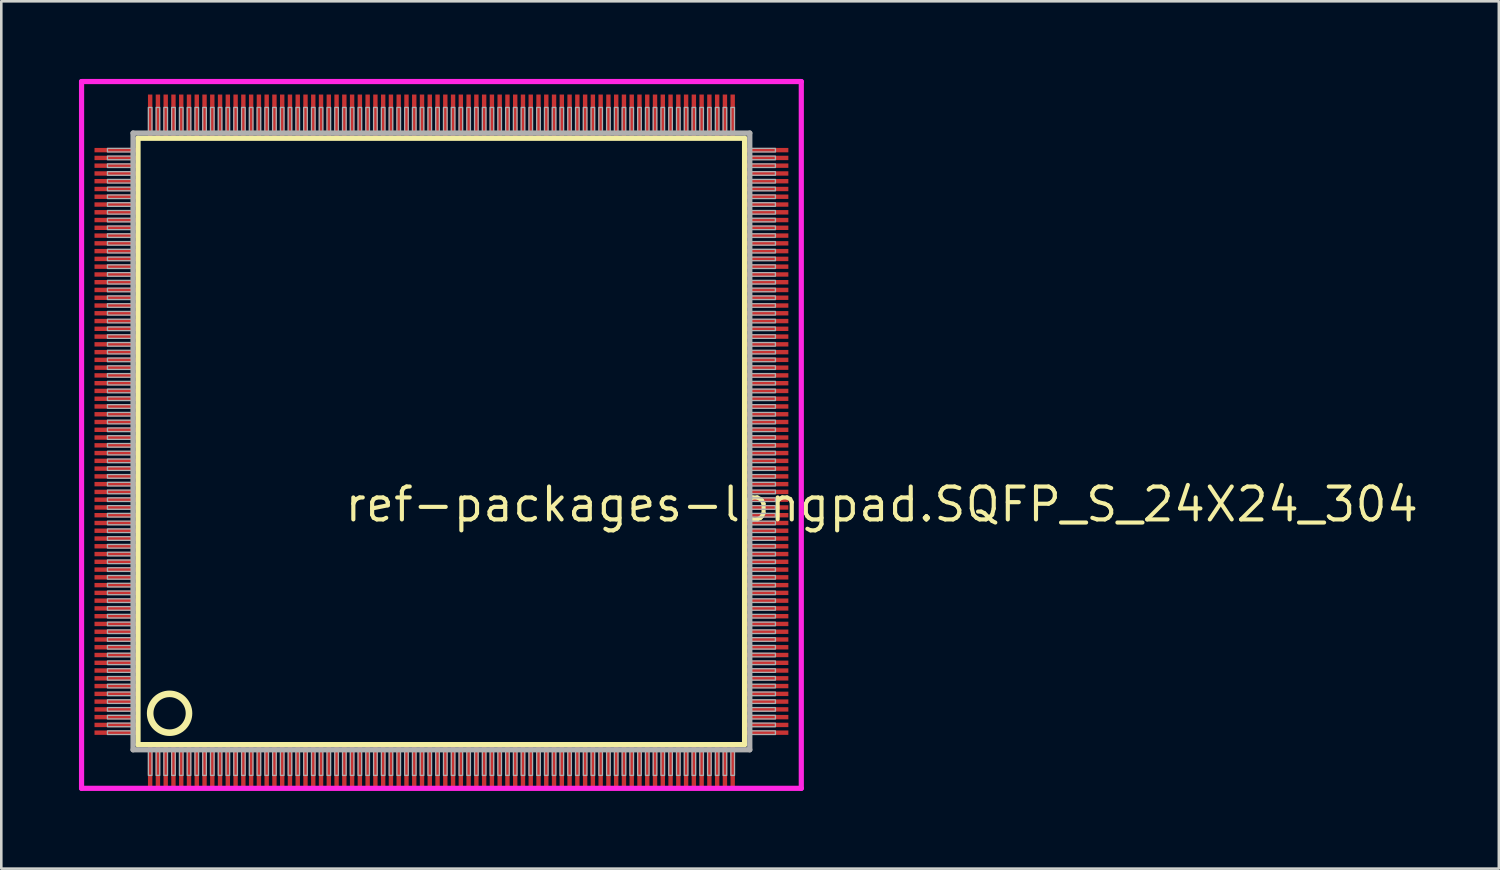
<source format=kicad_pcb>
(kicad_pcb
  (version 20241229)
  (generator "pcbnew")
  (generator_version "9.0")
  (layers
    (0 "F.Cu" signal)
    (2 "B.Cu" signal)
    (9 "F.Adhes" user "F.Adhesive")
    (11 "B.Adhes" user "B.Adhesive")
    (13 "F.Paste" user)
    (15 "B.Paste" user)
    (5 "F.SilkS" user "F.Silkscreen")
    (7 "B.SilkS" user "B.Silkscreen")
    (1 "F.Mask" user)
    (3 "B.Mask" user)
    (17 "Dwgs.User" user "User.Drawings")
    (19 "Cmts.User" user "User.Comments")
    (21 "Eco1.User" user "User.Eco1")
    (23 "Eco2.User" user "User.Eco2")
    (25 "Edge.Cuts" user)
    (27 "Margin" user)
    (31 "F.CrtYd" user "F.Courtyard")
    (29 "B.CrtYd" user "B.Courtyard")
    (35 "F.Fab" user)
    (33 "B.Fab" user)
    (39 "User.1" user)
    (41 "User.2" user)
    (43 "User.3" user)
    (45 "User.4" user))
  (footprint "ref-packages-longpad.SQFP_S_24X24_304"
    (layer "F.Cu")
    (at 14 14)
    (property "Reference" "ref-packages-longpad.SQFP_S_24X24_304" (at -3.81 3.175 0) (layer "F.SilkS") (effects (font (size 1.27 1.27) (thickness 0.16)) (justify left bottom)))
    (attr smd)
    (fp_line (start -11.72 -11.71) (end 11.71 -11.71) (stroke (width 0.203) (type default)) (layer "F.SilkS"))
    (fp_line (start -11.72 11.71) (end -11.72 -11.71) (stroke (width 0.203) (type default)) (layer "F.SilkS"))
    (fp_line (start 11.71 11.71) (end -11.72 11.71) (stroke (width 0.203) (type default)) (layer "F.SilkS"))
    (fp_line (start 11.71 -11.71) (end 11.71 11.71) (stroke (width 0.203) (type default)) (layer "F.SilkS"))
    (fp_circle (center -10.5 10.5) (end -9.75 10.5) (stroke (width 0.254) (type default)) (fill no) (layer "F.SilkS"))
    (fp_line (start -13.9 -13.9) (end 13.9 -13.9) (stroke (width 0.2) (type default)) (layer "F.CrtYd"))
    (fp_line (start -13.9 13.4) (end -13.9 -13.9) (stroke (width 0.2) (type default)) (layer "F.CrtYd"))
    (fp_line (start 13.9 -13.9) (end 13.9 13.4) (stroke (width 0.2) (type default)) (layer "F.CrtYd"))
    (fp_line (start 13.9 13.4) (end -13.9 13.4) (stroke (width 0.2) (type default)) (layer "F.CrtYd"))
    (fp_line (start -11.91 -11.91) (end -11.91 11.91) (stroke (width 0.203) (type default)) (layer "F.Fab"))
    (fp_line (start -11.91 11.91) (end 11.91 11.91) (stroke (width 0.203) (type default)) (layer "F.Fab"))
    (fp_line (start 11.91 -11.91) (end -11.91 -11.91) (stroke (width 0.203) (type default)) (layer "F.Fab"))
    (fp_line (start 11.91 11.91) (end 11.91 -11.91) (stroke (width 0.203) (type default)) (layer "F.Fab"))
    (fp_rect (start -12.9 -11.18) (end -11.95 -11.32) (stroke (width 0.05) (type default)) (fill no) (layer "F.Fab"))
    (fp_rect (start -12.9 -10.88) (end -11.95 -11.02) (stroke (width 0.05) (type default)) (fill no) (layer "F.Fab"))
    (fp_rect (start -12.9 -10.58) (end -11.95 -10.72) (stroke (width 0.05) (type default)) (fill no) (layer "F.Fab"))
    (fp_rect (start -12.9 -10.28) (end -11.95 -10.42) (stroke (width 0.05) (type default)) (fill no) (layer "F.Fab"))
    (fp_rect (start -12.9 -9.98) (end -11.95 -10.12) (stroke (width 0.05) (type default)) (fill no) (layer "F.Fab"))
    (fp_rect (start -12.9 -9.68) (end -11.95 -9.82) (stroke (width 0.05) (type default)) (fill no) (layer "F.Fab"))
    (fp_rect (start -12.9 -9.38) (end -11.95 -9.52) (stroke (width 0.05) (type default)) (fill no) (layer "F.Fab"))
    (fp_rect (start -12.9 -9.08) (end -11.95 -9.22) (stroke (width 0.05) (type default)) (fill no) (layer "F.Fab"))
    (fp_rect (start -12.9 -8.78) (end -11.95 -8.92) (stroke (width 0.05) (type default)) (fill no) (layer "F.Fab"))
    (fp_rect (start -12.9 -8.48) (end -11.95 -8.62) (stroke (width 0.05) (type default)) (fill no) (layer "F.Fab"))
    (fp_rect (start -12.9 -8.18) (end -11.95 -8.32) (stroke (width 0.05) (type default)) (fill no) (layer "F.Fab"))
    (fp_rect (start -12.9 -7.88) (end -11.95 -8.02) (stroke (width 0.05) (type default)) (fill no) (layer "F.Fab"))
    (fp_rect (start -12.9 -7.58) (end -11.95 -7.72) (stroke (width 0.05) (type default)) (fill no) (layer "F.Fab"))
    (fp_rect (start -12.9 -7.28) (end -11.95 -7.42) (stroke (width 0.05) (type default)) (fill no) (layer "F.Fab"))
    (fp_rect (start -12.9 -6.98) (end -11.95 -7.12) (stroke (width 0.05) (type default)) (fill no) (layer "F.Fab"))
    (fp_rect (start -12.9 -6.68) (end -11.95 -6.82) (stroke (width 0.05) (type default)) (fill no) (layer "F.Fab"))
    (fp_rect (start -12.9 -6.38) (end -11.95 -6.52) (stroke (width 0.05) (type default)) (fill no) (layer "F.Fab"))
    (fp_rect (start -12.9 -6.08) (end -11.95 -6.22) (stroke (width 0.05) (type default)) (fill no) (layer "F.Fab"))
    (fp_rect (start -12.9 -5.78) (end -11.95 -5.92) (stroke (width 0.05) (type default)) (fill no) (layer "F.Fab"))
    (fp_rect (start -12.9 -5.48) (end -11.95 -5.62) (stroke (width 0.05) (type default)) (fill no) (layer "F.Fab"))
    (fp_rect (start -12.9 -5.18) (end -11.95 -5.32) (stroke (width 0.05) (type default)) (fill no) (layer "F.Fab"))
    (fp_rect (start -12.9 -4.88) (end -11.95 -5.02) (stroke (width 0.05) (type default)) (fill no) (layer "F.Fab"))
    (fp_rect (start -12.9 -4.58) (end -11.95 -4.72) (stroke (width 0.05) (type default)) (fill no) (layer "F.Fab"))
    (fp_rect (start -12.9 -4.28) (end -11.95 -4.42) (stroke (width 0.05) (type default)) (fill no) (layer "F.Fab"))
    (fp_rect (start -12.9 -3.98) (end -11.95 -4.12) (stroke (width 0.05) (type default)) (fill no) (layer "F.Fab"))
    (fp_rect (start -12.9 -3.68) (end -11.95 -3.82) (stroke (width 0.05) (type default)) (fill no) (layer "F.Fab"))
    (fp_rect (start -12.9 -3.38) (end -11.95 -3.52) (stroke (width 0.05) (type default)) (fill no) (layer "F.Fab"))
    (fp_rect (start -12.9 -3.08) (end -11.95 -3.22) (stroke (width 0.05) (type default)) (fill no) (layer "F.Fab"))
    (fp_rect (start -12.9 -2.78) (end -11.95 -2.92) (stroke (width 0.05) (type default)) (fill no) (layer "F.Fab"))
    (fp_rect (start -12.9 -2.48) (end -11.95 -2.62) (stroke (width 0.05) (type default)) (fill no) (layer "F.Fab"))
    (fp_rect (start -12.9 -2.18) (end -11.95 -2.32) (stroke (width 0.05) (type default)) (fill no) (layer "F.Fab"))
    (fp_rect (start -12.9 -1.88) (end -11.95 -2.02) (stroke (width 0.05) (type default)) (fill no) (layer "F.Fab"))
    (fp_rect (start -12.9 -1.58) (end -11.95 -1.72) (stroke (width 0.05) (type default)) (fill no) (layer "F.Fab"))
    (fp_rect (start -12.9 -1.28) (end -11.95 -1.42) (stroke (width 0.05) (type default)) (fill no) (layer "F.Fab"))
    (fp_rect (start -12.9 -0.98) (end -11.95 -1.12) (stroke (width 0.05) (type default)) (fill no) (layer "F.Fab"))
    (fp_rect (start -12.9 -0.68) (end -11.95 -0.82) (stroke (width 0.05) (type default)) (fill no) (layer "F.Fab"))
    (fp_rect (start -12.9 -0.38) (end -11.95 -0.52) (stroke (width 0.05) (type default)) (fill no) (layer "F.Fab"))
    (fp_rect (start -12.9 -0.08) (end -11.95 -0.22) (stroke (width 0.05) (type default)) (fill no) (layer "F.Fab"))
    (fp_rect (start -12.9 0.22) (end -11.95 0.08) (stroke (width 0.05) (type default)) (fill no) (layer "F.Fab"))
    (fp_rect (start -12.9 0.52) (end -11.95 0.38) (stroke (width 0.05) (type default)) (fill no) (layer "F.Fab"))
    (fp_rect (start -12.9 0.82) (end -11.95 0.68) (stroke (width 0.05) (type default)) (fill no) (layer "F.Fab"))
    (fp_rect (start -12.9 1.12) (end -11.95 0.98) (stroke (width 0.05) (type default)) (fill no) (layer "F.Fab"))
    (fp_rect (start -12.9 1.42) (end -11.95 1.28) (stroke (width 0.05) (type default)) (fill no) (layer "F.Fab"))
    (fp_rect (start -12.9 1.72) (end -11.95 1.58) (stroke (width 0.05) (type default)) (fill no) (layer "F.Fab"))
    (fp_rect (start -12.9 2.02) (end -11.95 1.88) (stroke (width 0.05) (type default)) (fill no) (layer "F.Fab"))
    (fp_rect (start -12.9 2.32) (end -11.95 2.18) (stroke (width 0.05) (type default)) (fill no) (layer "F.Fab"))
    (fp_rect (start -12.9 2.62) (end -11.95 2.48) (stroke (width 0.05) (type default)) (fill no) (layer "F.Fab"))
    (fp_rect (start -12.9 2.92) (end -11.95 2.78) (stroke (width 0.05) (type default)) (fill no) (layer "F.Fab"))
    (fp_rect (start -12.9 3.22) (end -11.95 3.08) (stroke (width 0.05) (type default)) (fill no) (layer "F.Fab"))
    (fp_rect (start -12.9 3.52) (end -11.95 3.38) (stroke (width 0.05) (type default)) (fill no) (layer "F.Fab"))
    (fp_rect (start -12.9 3.82) (end -11.95 3.68) (stroke (width 0.05) (type default)) (fill no) (layer "F.Fab"))
    (fp_rect (start -12.9 4.12) (end -11.95 3.98) (stroke (width 0.05) (type default)) (fill no) (layer "F.Fab"))
    (fp_rect (start -12.9 4.42) (end -11.95 4.28) (stroke (width 0.05) (type default)) (fill no) (layer "F.Fab"))
    (fp_rect (start -12.9 4.72) (end -11.95 4.58) (stroke (width 0.05) (type default)) (fill no) (layer "F.Fab"))
    (fp_rect (start -12.9 5.02) (end -11.95 4.88) (stroke (width 0.05) (type default)) (fill no) (layer "F.Fab"))
    (fp_rect (start -12.9 5.32) (end -11.95 5.18) (stroke (width 0.05) (type default)) (fill no) (layer "F.Fab"))
    (fp_rect (start -12.9 5.62) (end -11.95 5.48) (stroke (width 0.05) (type default)) (fill no) (layer "F.Fab"))
    (fp_rect (start -12.9 5.92) (end -11.95 5.78) (stroke (width 0.05) (type default)) (fill no) (layer "F.Fab"))
    (fp_rect (start -12.9 6.22) (end -11.95 6.08) (stroke (width 0.05) (type default)) (fill no) (layer "F.Fab"))
    (fp_rect (start -12.9 6.52) (end -11.95 6.38) (stroke (width 0.05) (type default)) (fill no) (layer "F.Fab"))
    (fp_rect (start -12.9 6.82) (end -11.95 6.68) (stroke (width 0.05) (type default)) (fill no) (layer "F.Fab"))
    (fp_rect (start -12.9 7.12) (end -11.95 6.98) (stroke (width 0.05) (type default)) (fill no) (layer "F.Fab"))
    (fp_rect (start -12.9 7.42) (end -11.95 7.28) (stroke (width 0.05) (type default)) (fill no) (layer "F.Fab"))
    (fp_rect (start -12.9 7.72) (end -11.95 7.58) (stroke (width 0.05) (type default)) (fill no) (layer "F.Fab"))
    (fp_rect (start -12.9 8.02) (end -11.95 7.88) (stroke (width 0.05) (type default)) (fill no) (layer "F.Fab"))
    (fp_rect (start -12.9 8.32) (end -11.95 8.18) (stroke (width 0.05) (type default)) (fill no) (layer "F.Fab"))
    (fp_rect (start -12.9 8.62) (end -11.95 8.48) (stroke (width 0.05) (type default)) (fill no) (layer "F.Fab"))
    (fp_rect (start -12.9 8.92) (end -11.95 8.78) (stroke (width 0.05) (type default)) (fill no) (layer "F.Fab"))
    (fp_rect (start -12.9 9.22) (end -11.95 9.08) (stroke (width 0.05) (type default)) (fill no) (layer "F.Fab"))
    (fp_rect (start -12.9 9.52) (end -11.95 9.38) (stroke (width 0.05) (type default)) (fill no) (layer "F.Fab"))
    (fp_rect (start -12.9 9.82) (end -11.95 9.68) (stroke (width 0.05) (type default)) (fill no) (layer "F.Fab"))
    (fp_rect (start -12.9 10.12) (end -11.95 9.98) (stroke (width 0.05) (type default)) (fill no) (layer "F.Fab"))
    (fp_rect (start -12.9 10.42) (end -11.95 10.28) (stroke (width 0.05) (type default)) (fill no) (layer "F.Fab"))
    (fp_rect (start -12.9 10.72) (end -11.95 10.58) (stroke (width 0.05) (type default)) (fill no) (layer "F.Fab"))
    (fp_rect (start -12.9 11.02) (end -11.95 10.88) (stroke (width 0.05) (type default)) (fill no) (layer "F.Fab"))
    (fp_rect (start -12.9 11.32) (end -11.95 11.18) (stroke (width 0.05) (type default)) (fill no) (layer "F.Fab"))
    (fp_rect (start -11.32 -11.95) (end -11.18 -12.9) (stroke (width 0.05) (type default)) (fill no) (layer "F.Fab"))
    (fp_rect (start -11.32 12.9) (end -11.18 11.95) (stroke (width 0.05) (type default)) (fill no) (layer "F.Fab"))
    (fp_rect (start -11.02 -11.95) (end -10.88 -12.9) (stroke (width 0.05) (type default)) (fill no) (layer "F.Fab"))
    (fp_rect (start -11.02 12.9) (end -10.88 11.95) (stroke (width 0.05) (type default)) (fill no) (layer "F.Fab"))
    (fp_rect (start -10.72 -11.95) (end -10.58 -12.9) (stroke (width 0.05) (type default)) (fill no) (layer "F.Fab"))
    (fp_rect (start -10.72 12.9) (end -10.58 11.95) (stroke (width 0.05) (type default)) (fill no) (layer "F.Fab"))
    (fp_rect (start -10.42 -11.95) (end -10.28 -12.9) (stroke (width 0.05) (type default)) (fill no) (layer "F.Fab"))
    (fp_rect (start -10.42 12.9) (end -10.28 11.95) (stroke (width 0.05) (type default)) (fill no) (layer "F.Fab"))
    (fp_rect (start -10.12 -11.95) (end -9.98 -12.9) (stroke (width 0.05) (type default)) (fill no) (layer "F.Fab"))
    (fp_rect (start -10.12 12.9) (end -9.98 11.95) (stroke (width 0.05) (type default)) (fill no) (layer "F.Fab"))
    (fp_rect (start -9.82 -11.95) (end -9.68 -12.9) (stroke (width 0.05) (type default)) (fill no) (layer "F.Fab"))
    (fp_rect (start -9.82 12.9) (end -9.68 11.95) (stroke (width 0.05) (type default)) (fill no) (layer "F.Fab"))
    (fp_rect (start -9.52 -11.95) (end -9.38 -12.9) (stroke (width 0.05) (type default)) (fill no) (layer "F.Fab"))
    (fp_rect (start -9.52 12.9) (end -9.38 11.95) (stroke (width 0.05) (type default)) (fill no) (layer "F.Fab"))
    (fp_rect (start -9.22 -11.95) (end -9.08 -12.9) (stroke (width 0.05) (type default)) (fill no) (layer "F.Fab"))
    (fp_rect (start -9.22 12.9) (end -9.08 11.95) (stroke (width 0.05) (type default)) (fill no) (layer "F.Fab"))
    (fp_rect (start -8.92 -11.95) (end -8.78 -12.9) (stroke (width 0.05) (type default)) (fill no) (layer "F.Fab"))
    (fp_rect (start -8.92 12.9) (end -8.78 11.95) (stroke (width 0.05) (type default)) (fill no) (layer "F.Fab"))
    (fp_rect (start -8.62 -11.95) (end -8.48 -12.9) (stroke (width 0.05) (type default)) (fill no) (layer "F.Fab"))
    (fp_rect (start -8.62 12.9) (end -8.48 11.95) (stroke (width 0.05) (type default)) (fill no) (layer "F.Fab"))
    (fp_rect (start -8.32 -11.95) (end -8.18 -12.9) (stroke (width 0.05) (type default)) (fill no) (layer "F.Fab"))
    (fp_rect (start -8.32 12.9) (end -8.18 11.95) (stroke (width 0.05) (type default)) (fill no) (layer "F.Fab"))
    (fp_rect (start -8.02 -11.95) (end -7.88 -12.9) (stroke (width 0.05) (type default)) (fill no) (layer "F.Fab"))
    (fp_rect (start -8.02 12.9) (end -7.88 11.95) (stroke (width 0.05) (type default)) (fill no) (layer "F.Fab"))
    (fp_rect (start -7.72 -11.95) (end -7.58 -12.9) (stroke (width 0.05) (type default)) (fill no) (layer "F.Fab"))
    (fp_rect (start -7.72 12.9) (end -7.58 11.95) (stroke (width 0.05) (type default)) (fill no) (layer "F.Fab"))
    (fp_rect (start -7.42 -11.95) (end -7.28 -12.9) (stroke (width 0.05) (type default)) (fill no) (layer "F.Fab"))
    (fp_rect (start -7.42 12.9) (end -7.28 11.95) (stroke (width 0.05) (type default)) (fill no) (layer "F.Fab"))
    (fp_rect (start -7.12 -11.95) (end -6.98 -12.9) (stroke (width 0.05) (type default)) (fill no) (layer "F.Fab"))
    (fp_rect (start -7.12 12.9) (end -6.98 11.95) (stroke (width 0.05) (type default)) (fill no) (layer "F.Fab"))
    (fp_rect (start -6.82 -11.95) (end -6.68 -12.9) (stroke (width 0.05) (type default)) (fill no) (layer "F.Fab"))
    (fp_rect (start -6.82 12.9) (end -6.68 11.95) (stroke (width 0.05) (type default)) (fill no) (layer "F.Fab"))
    (fp_rect (start -6.52 -11.95) (end -6.38 -12.9) (stroke (width 0.05) (type default)) (fill no) (layer "F.Fab"))
    (fp_rect (start -6.52 12.9) (end -6.38 11.95) (stroke (width 0.05) (type default)) (fill no) (layer "F.Fab"))
    (fp_rect (start -6.22 -11.95) (end -6.08 -12.9) (stroke (width 0.05) (type default)) (fill no) (layer "F.Fab"))
    (fp_rect (start -6.22 12.9) (end -6.08 11.95) (stroke (width 0.05) (type default)) (fill no) (layer "F.Fab"))
    (fp_rect (start -5.92 -11.95) (end -5.78 -12.9) (stroke (width 0.05) (type default)) (fill no) (layer "F.Fab"))
    (fp_rect (start -5.92 12.9) (end -5.78 11.95) (stroke (width 0.05) (type default)) (fill no) (layer "F.Fab"))
    (fp_rect (start -5.62 -11.95) (end -5.48 -12.9) (stroke (width 0.05) (type default)) (fill no) (layer "F.Fab"))
    (fp_rect (start -5.62 12.9) (end -5.48 11.95) (stroke (width 0.05) (type default)) (fill no) (layer "F.Fab"))
    (fp_rect (start -5.32 -11.95) (end -5.18 -12.9) (stroke (width 0.05) (type default)) (fill no) (layer "F.Fab"))
    (fp_rect (start -5.32 12.9) (end -5.18 11.95) (stroke (width 0.05) (type default)) (fill no) (layer "F.Fab"))
    (fp_rect (start -5.02 -11.95) (end -4.88 -12.9) (stroke (width 0.05) (type default)) (fill no) (layer "F.Fab"))
    (fp_rect (start -5.02 12.9) (end -4.88 11.95) (stroke (width 0.05) (type default)) (fill no) (layer "F.Fab"))
    (fp_rect (start -4.72 -11.95) (end -4.58 -12.9) (stroke (width 0.05) (type default)) (fill no) (layer "F.Fab"))
    (fp_rect (start -4.72 12.9) (end -4.58 11.95) (stroke (width 0.05) (type default)) (fill no) (layer "F.Fab"))
    (fp_rect (start -4.42 -11.95) (end -4.28 -12.9) (stroke (width 0.05) (type default)) (fill no) (layer "F.Fab"))
    (fp_rect (start -4.42 12.9) (end -4.28 11.95) (stroke (width 0.05) (type default)) (fill no) (layer "F.Fab"))
    (fp_rect (start -4.12 -11.95) (end -3.98 -12.9) (stroke (width 0.05) (type default)) (fill no) (layer "F.Fab"))
    (fp_rect (start -4.12 12.9) (end -3.98 11.95) (stroke (width 0.05) (type default)) (fill no) (layer "F.Fab"))
    (fp_rect (start -3.82 -11.95) (end -3.68 -12.9) (stroke (width 0.05) (type default)) (fill no) (layer "F.Fab"))
    (fp_rect (start -3.82 12.9) (end -3.68 11.95) (stroke (width 0.05) (type default)) (fill no) (layer "F.Fab"))
    (fp_rect (start -3.52 -11.95) (end -3.38 -12.9) (stroke (width 0.05) (type default)) (fill no) (layer "F.Fab"))
    (fp_rect (start -3.52 12.9) (end -3.38 11.95) (stroke (width 0.05) (type default)) (fill no) (layer "F.Fab"))
    (fp_rect (start -3.22 -11.95) (end -3.08 -12.9) (stroke (width 0.05) (type default)) (fill no) (layer "F.Fab"))
    (fp_rect (start -3.22 12.9) (end -3.08 11.95) (stroke (width 0.05) (type default)) (fill no) (layer "F.Fab"))
    (fp_rect (start -2.92 -11.95) (end -2.78 -12.9) (stroke (width 0.05) (type default)) (fill no) (layer "F.Fab"))
    (fp_rect (start -2.92 12.9) (end -2.78 11.95) (stroke (width 0.05) (type default)) (fill no) (layer "F.Fab"))
    (fp_rect (start -2.62 -11.95) (end -2.48 -12.9) (stroke (width 0.05) (type default)) (fill no) (layer "F.Fab"))
    (fp_rect (start -2.62 12.9) (end -2.48 11.95) (stroke (width 0.05) (type default)) (fill no) (layer "F.Fab"))
    (fp_rect (start -2.32 -11.95) (end -2.18 -12.9) (stroke (width 0.05) (type default)) (fill no) (layer "F.Fab"))
    (fp_rect (start -2.32 12.9) (end -2.18 11.95) (stroke (width 0.05) (type default)) (fill no) (layer "F.Fab"))
    (fp_rect (start -2.02 -11.95) (end -1.88 -12.9) (stroke (width 0.05) (type default)) (fill no) (layer "F.Fab"))
    (fp_rect (start -2.02 12.9) (end -1.88 11.95) (stroke (width 0.05) (type default)) (fill no) (layer "F.Fab"))
    (fp_rect (start -1.72 -11.95) (end -1.58 -12.9) (stroke (width 0.05) (type default)) (fill no) (layer "F.Fab"))
    (fp_rect (start -1.72 12.9) (end -1.58 11.95) (stroke (width 0.05) (type default)) (fill no) (layer "F.Fab"))
    (fp_rect (start -1.42 -11.95) (end -1.28 -12.9) (stroke (width 0.05) (type default)) (fill no) (layer "F.Fab"))
    (fp_rect (start -1.42 12.9) (end -1.28 11.95) (stroke (width 0.05) (type default)) (fill no) (layer "F.Fab"))
    (fp_rect (start -1.12 -11.95) (end -0.98 -12.9) (stroke (width 0.05) (type default)) (fill no) (layer "F.Fab"))
    (fp_rect (start -1.12 12.9) (end -0.98 11.95) (stroke (width 0.05) (type default)) (fill no) (layer "F.Fab"))
    (fp_rect (start -0.82 -11.95) (end -0.68 -12.9) (stroke (width 0.05) (type default)) (fill no) (layer "F.Fab"))
    (fp_rect (start -0.82 12.9) (end -0.68 11.95) (stroke (width 0.05) (type default)) (fill no) (layer "F.Fab"))
    (fp_rect (start -0.52 -11.95) (end -0.38 -12.9) (stroke (width 0.05) (type default)) (fill no) (layer "F.Fab"))
    (fp_rect (start -0.52 12.9) (end -0.38 11.95) (stroke (width 0.05) (type default)) (fill no) (layer "F.Fab"))
    (fp_rect (start -0.22 -11.95) (end -0.08 -12.9) (stroke (width 0.05) (type default)) (fill no) (layer "F.Fab"))
    (fp_rect (start -0.22 12.9) (end -0.08 11.95) (stroke (width 0.05) (type default)) (fill no) (layer "F.Fab"))
    (fp_rect (start 0.08 -11.95) (end 0.22 -12.9) (stroke (width 0.05) (type default)) (fill no) (layer "F.Fab"))
    (fp_rect (start 0.08 12.9) (end 0.22 11.95) (stroke (width 0.05) (type default)) (fill no) (layer "F.Fab"))
    (fp_rect (start 0.38 -11.95) (end 0.52 -12.9) (stroke (width 0.05) (type default)) (fill no) (layer "F.Fab"))
    (fp_rect (start 0.38 12.9) (end 0.52 11.95) (stroke (width 0.05) (type default)) (fill no) (layer "F.Fab"))
    (fp_rect (start 0.68 -11.95) (end 0.82 -12.9) (stroke (width 0.05) (type default)) (fill no) (layer "F.Fab"))
    (fp_rect (start 0.68 12.9) (end 0.82 11.95) (stroke (width 0.05) (type default)) (fill no) (layer "F.Fab"))
    (fp_rect (start 0.98 -11.95) (end 1.12 -12.9) (stroke (width 0.05) (type default)) (fill no) (layer "F.Fab"))
    (fp_rect (start 0.98 12.9) (end 1.12 11.95) (stroke (width 0.05) (type default)) (fill no) (layer "F.Fab"))
    (fp_rect (start 1.28 -11.95) (end 1.42 -12.9) (stroke (width 0.05) (type default)) (fill no) (layer "F.Fab"))
    (fp_rect (start 1.28 12.9) (end 1.42 11.95) (stroke (width 0.05) (type default)) (fill no) (layer "F.Fab"))
    (fp_rect (start 1.58 -11.95) (end 1.72 -12.9) (stroke (width 0.05) (type default)) (fill no) (layer "F.Fab"))
    (fp_rect (start 1.58 12.9) (end 1.72 11.95) (stroke (width 0.05) (type default)) (fill no) (layer "F.Fab"))
    (fp_rect (start 1.88 -11.95) (end 2.02 -12.9) (stroke (width 0.05) (type default)) (fill no) (layer "F.Fab"))
    (fp_rect (start 1.88 12.9) (end 2.02 11.95) (stroke (width 0.05) (type default)) (fill no) (layer "F.Fab"))
    (fp_rect (start 2.18 -11.95) (end 2.32 -12.9) (stroke (width 0.05) (type default)) (fill no) (layer "F.Fab"))
    (fp_rect (start 2.18 12.9) (end 2.32 11.95) (stroke (width 0.05) (type default)) (fill no) (layer "F.Fab"))
    (fp_rect (start 2.48 -11.95) (end 2.62 -12.9) (stroke (width 0.05) (type default)) (fill no) (layer "F.Fab"))
    (fp_rect (start 2.48 12.9) (end 2.62 11.95) (stroke (width 0.05) (type default)) (fill no) (layer "F.Fab"))
    (fp_rect (start 2.78 -11.95) (end 2.92 -12.9) (stroke (width 0.05) (type default)) (fill no) (layer "F.Fab"))
    (fp_rect (start 2.78 12.9) (end 2.92 11.95) (stroke (width 0.05) (type default)) (fill no) (layer "F.Fab"))
    (fp_rect (start 3.08 -11.95) (end 3.22 -12.9) (stroke (width 0.05) (type default)) (fill no) (layer "F.Fab"))
    (fp_rect (start 3.08 12.9) (end 3.22 11.95) (stroke (width 0.05) (type default)) (fill no) (layer "F.Fab"))
    (fp_rect (start 3.38 -11.95) (end 3.52 -12.9) (stroke (width 0.05) (type default)) (fill no) (layer "F.Fab"))
    (fp_rect (start 3.38 12.9) (end 3.52 11.95) (stroke (width 0.05) (type default)) (fill no) (layer "F.Fab"))
    (fp_rect (start 3.68 -11.95) (end 3.82 -12.9) (stroke (width 0.05) (type default)) (fill no) (layer "F.Fab"))
    (fp_rect (start 3.68 12.9) (end 3.82 11.95) (stroke (width 0.05) (type default)) (fill no) (layer "F.Fab"))
    (fp_rect (start 3.98 -11.95) (end 4.12 -12.9) (stroke (width 0.05) (type default)) (fill no) (layer "F.Fab"))
    (fp_rect (start 3.98 12.9) (end 4.12 11.95) (stroke (width 0.05) (type default)) (fill no) (layer "F.Fab"))
    (fp_rect (start 4.28 -11.95) (end 4.42 -12.9) (stroke (width 0.05) (type default)) (fill no) (layer "F.Fab"))
    (fp_rect (start 4.28 12.9) (end 4.42 11.95) (stroke (width 0.05) (type default)) (fill no) (layer "F.Fab"))
    (fp_rect (start 4.58 -11.95) (end 4.72 -12.9) (stroke (width 0.05) (type default)) (fill no) (layer "F.Fab"))
    (fp_rect (start 4.58 12.9) (end 4.72 11.95) (stroke (width 0.05) (type default)) (fill no) (layer "F.Fab"))
    (fp_rect (start 4.88 -11.95) (end 5.02 -12.9) (stroke (width 0.05) (type default)) (fill no) (layer "F.Fab"))
    (fp_rect (start 4.88 12.9) (end 5.02 11.95) (stroke (width 0.05) (type default)) (fill no) (layer "F.Fab"))
    (fp_rect (start 5.18 -11.95) (end 5.32 -12.9) (stroke (width 0.05) (type default)) (fill no) (layer "F.Fab"))
    (fp_rect (start 5.18 12.9) (end 5.32 11.95) (stroke (width 0.05) (type default)) (fill no) (layer "F.Fab"))
    (fp_rect (start 5.48 -11.95) (end 5.62 -12.9) (stroke (width 0.05) (type default)) (fill no) (layer "F.Fab"))
    (fp_rect (start 5.48 12.9) (end 5.62 11.95) (stroke (width 0.05) (type default)) (fill no) (layer "F.Fab"))
    (fp_rect (start 5.78 -11.95) (end 5.92 -12.9) (stroke (width 0.05) (type default)) (fill no) (layer "F.Fab"))
    (fp_rect (start 5.78 12.9) (end 5.92 11.95) (stroke (width 0.05) (type default)) (fill no) (layer "F.Fab"))
    (fp_rect (start 6.08 -11.95) (end 6.22 -12.9) (stroke (width 0.05) (type default)) (fill no) (layer "F.Fab"))
    (fp_rect (start 6.08 12.9) (end 6.22 11.95) (stroke (width 0.05) (type default)) (fill no) (layer "F.Fab"))
    (fp_rect (start 6.38 -11.95) (end 6.52 -12.9) (stroke (width 0.05) (type default)) (fill no) (layer "F.Fab"))
    (fp_rect (start 6.38 12.9) (end 6.52 11.95) (stroke (width 0.05) (type default)) (fill no) (layer "F.Fab"))
    (fp_rect (start 6.68 -11.95) (end 6.82 -12.9) (stroke (width 0.05) (type default)) (fill no) (layer "F.Fab"))
    (fp_rect (start 6.68 12.9) (end 6.82 11.95) (stroke (width 0.05) (type default)) (fill no) (layer "F.Fab"))
    (fp_rect (start 6.98 -11.95) (end 7.12 -12.9) (stroke (width 0.05) (type default)) (fill no) (layer "F.Fab"))
    (fp_rect (start 6.98 12.9) (end 7.12 11.95) (stroke (width 0.05) (type default)) (fill no) (layer "F.Fab"))
    (fp_rect (start 7.28 -11.95) (end 7.42 -12.9) (stroke (width 0.05) (type default)) (fill no) (layer "F.Fab"))
    (fp_rect (start 7.28 12.9) (end 7.42 11.95) (stroke (width 0.05) (type default)) (fill no) (layer "F.Fab"))
    (fp_rect (start 7.58 -11.95) (end 7.72 -12.9) (stroke (width 0.05) (type default)) (fill no) (layer "F.Fab"))
    (fp_rect (start 7.58 12.9) (end 7.72 11.95) (stroke (width 0.05) (type default)) (fill no) (layer "F.Fab"))
    (fp_rect (start 7.88 -11.95) (end 8.02 -12.9) (stroke (width 0.05) (type default)) (fill no) (layer "F.Fab"))
    (fp_rect (start 7.88 12.9) (end 8.02 11.95) (stroke (width 0.05) (type default)) (fill no) (layer "F.Fab"))
    (fp_rect (start 8.18 -11.95) (end 8.32 -12.9) (stroke (width 0.05) (type default)) (fill no) (layer "F.Fab"))
    (fp_rect (start 8.18 12.9) (end 8.32 11.95) (stroke (width 0.05) (type default)) (fill no) (layer "F.Fab"))
    (fp_rect (start 8.48 -11.95) (end 8.62 -12.9) (stroke (width 0.05) (type default)) (fill no) (layer "F.Fab"))
    (fp_rect (start 8.48 12.9) (end 8.62 11.95) (stroke (width 0.05) (type default)) (fill no) (layer "F.Fab"))
    (fp_rect (start 8.78 -11.95) (end 8.92 -12.9) (stroke (width 0.05) (type default)) (fill no) (layer "F.Fab"))
    (fp_rect (start 8.78 12.9) (end 8.92 11.95) (stroke (width 0.05) (type default)) (fill no) (layer "F.Fab"))
    (fp_rect (start 9.08 -11.95) (end 9.22 -12.9) (stroke (width 0.05) (type default)) (fill no) (layer "F.Fab"))
    (fp_rect (start 9.08 12.9) (end 9.22 11.95) (stroke (width 0.05) (type default)) (fill no) (layer "F.Fab"))
    (fp_rect (start 9.38 -11.95) (end 9.52 -12.9) (stroke (width 0.05) (type default)) (fill no) (layer "F.Fab"))
    (fp_rect (start 9.38 12.9) (end 9.52 11.95) (stroke (width 0.05) (type default)) (fill no) (layer "F.Fab"))
    (fp_rect (start 9.68 -11.95) (end 9.82 -12.9) (stroke (width 0.05) (type default)) (fill no) (layer "F.Fab"))
    (fp_rect (start 9.68 12.9) (end 9.82 11.95) (stroke (width 0.05) (type default)) (fill no) (layer "F.Fab"))
    (fp_rect (start 9.98 -11.95) (end 10.12 -12.9) (stroke (width 0.05) (type default)) (fill no) (layer "F.Fab"))
    (fp_rect (start 9.98 12.9) (end 10.12 11.95) (stroke (width 0.05) (type default)) (fill no) (layer "F.Fab"))
    (fp_rect (start 10.28 -11.95) (end 10.42 -12.9) (stroke (width 0.05) (type default)) (fill no) (layer "F.Fab"))
    (fp_rect (start 10.28 12.9) (end 10.42 11.95) (stroke (width 0.05) (type default)) (fill no) (layer "F.Fab"))
    (fp_rect (start 10.58 -11.95) (end 10.72 -12.9) (stroke (width 0.05) (type default)) (fill no) (layer "F.Fab"))
    (fp_rect (start 10.58 12.9) (end 10.72 11.95) (stroke (width 0.05) (type default)) (fill no) (layer "F.Fab"))
    (fp_rect (start 10.88 -11.95) (end 11.02 -12.9) (stroke (width 0.05) (type default)) (fill no) (layer "F.Fab"))
    (fp_rect (start 10.88 12.9) (end 11.02 11.95) (stroke (width 0.05) (type default)) (fill no) (layer "F.Fab"))
    (fp_rect (start 11.18 -11.95) (end 11.32 -12.9) (stroke (width 0.05) (type default)) (fill no) (layer "F.Fab"))
    (fp_rect (start 11.18 12.9) (end 11.32 11.95) (stroke (width 0.05) (type default)) (fill no) (layer "F.Fab"))
    (fp_rect (start 11.95 -11.18) (end 12.9 -11.32) (stroke (width 0.05) (type default)) (fill no) (layer "F.Fab"))
    (fp_rect (start 11.95 -10.88) (end 12.9 -11.02) (stroke (width 0.05) (type default)) (fill no) (layer "F.Fab"))
    (fp_rect (start 11.95 -10.58) (end 12.9 -10.72) (stroke (width 0.05) (type default)) (fill no) (layer "F.Fab"))
    (fp_rect (start 11.95 -10.28) (end 12.9 -10.42) (stroke (width 0.05) (type default)) (fill no) (layer "F.Fab"))
    (fp_rect (start 11.95 -9.98) (end 12.9 -10.12) (stroke (width 0.05) (type default)) (fill no) (layer "F.Fab"))
    (fp_rect (start 11.95 -9.68) (end 12.9 -9.82) (stroke (width 0.05) (type default)) (fill no) (layer "F.Fab"))
    (fp_rect (start 11.95 -9.38) (end 12.9 -9.52) (stroke (width 0.05) (type default)) (fill no) (layer "F.Fab"))
    (fp_rect (start 11.95 -9.08) (end 12.9 -9.22) (stroke (width 0.05) (type default)) (fill no) (layer "F.Fab"))
    (fp_rect (start 11.95 -8.78) (end 12.9 -8.92) (stroke (width 0.05) (type default)) (fill no) (layer "F.Fab"))
    (fp_rect (start 11.95 -8.48) (end 12.9 -8.62) (stroke (width 0.05) (type default)) (fill no) (layer "F.Fab"))
    (fp_rect (start 11.95 -8.18) (end 12.9 -8.32) (stroke (width 0.05) (type default)) (fill no) (layer "F.Fab"))
    (fp_rect (start 11.95 -7.88) (end 12.9 -8.02) (stroke (width 0.05) (type default)) (fill no) (layer "F.Fab"))
    (fp_rect (start 11.95 -7.58) (end 12.9 -7.72) (stroke (width 0.05) (type default)) (fill no) (layer "F.Fab"))
    (fp_rect (start 11.95 -7.28) (end 12.9 -7.42) (stroke (width 0.05) (type default)) (fill no) (layer "F.Fab"))
    (fp_rect (start 11.95 -6.98) (end 12.9 -7.12) (stroke (width 0.05) (type default)) (fill no) (layer "F.Fab"))
    (fp_rect (start 11.95 -6.68) (end 12.9 -6.82) (stroke (width 0.05) (type default)) (fill no) (layer "F.Fab"))
    (fp_rect (start 11.95 -6.38) (end 12.9 -6.52) (stroke (width 0.05) (type default)) (fill no) (layer "F.Fab"))
    (fp_rect (start 11.95 -6.08) (end 12.9 -6.22) (stroke (width 0.05) (type default)) (fill no) (layer "F.Fab"))
    (fp_rect (start 11.95 -5.78) (end 12.9 -5.92) (stroke (width 0.05) (type default)) (fill no) (layer "F.Fab"))
    (fp_rect (start 11.95 -5.48) (end 12.9 -5.62) (stroke (width 0.05) (type default)) (fill no) (layer "F.Fab"))
    (fp_rect (start 11.95 -5.18) (end 12.9 -5.32) (stroke (width 0.05) (type default)) (fill no) (layer "F.Fab"))
    (fp_rect (start 11.95 -4.88) (end 12.9 -5.02) (stroke (width 0.05) (type default)) (fill no) (layer "F.Fab"))
    (fp_rect (start 11.95 -4.58) (end 12.9 -4.72) (stroke (width 0.05) (type default)) (fill no) (layer "F.Fab"))
    (fp_rect (start 11.95 -4.28) (end 12.9 -4.42) (stroke (width 0.05) (type default)) (fill no) (layer "F.Fab"))
    (fp_rect (start 11.95 -3.98) (end 12.9 -4.12) (stroke (width 0.05) (type default)) (fill no) (layer "F.Fab"))
    (fp_rect (start 11.95 -3.68) (end 12.9 -3.82) (stroke (width 0.05) (type default)) (fill no) (layer "F.Fab"))
    (fp_rect (start 11.95 -3.38) (end 12.9 -3.52) (stroke (width 0.05) (type default)) (fill no) (layer "F.Fab"))
    (fp_rect (start 11.95 -3.08) (end 12.9 -3.22) (stroke (width 0.05) (type default)) (fill no) (layer "F.Fab"))
    (fp_rect (start 11.95 -2.78) (end 12.9 -2.92) (stroke (width 0.05) (type default)) (fill no) (layer "F.Fab"))
    (fp_rect (start 11.95 -2.48) (end 12.9 -2.62) (stroke (width 0.05) (type default)) (fill no) (layer "F.Fab"))
    (fp_rect (start 11.95 -2.18) (end 12.9 -2.32) (stroke (width 0.05) (type default)) (fill no) (layer "F.Fab"))
    (fp_rect (start 11.95 -1.88) (end 12.9 -2.02) (stroke (width 0.05) (type default)) (fill no) (layer "F.Fab"))
    (fp_rect (start 11.95 -1.58) (end 12.9 -1.72) (stroke (width 0.05) (type default)) (fill no) (layer "F.Fab"))
    (fp_rect (start 11.95 -1.28) (end 12.9 -1.42) (stroke (width 0.05) (type default)) (fill no) (layer "F.Fab"))
    (fp_rect (start 11.95 -0.98) (end 12.9 -1.12) (stroke (width 0.05) (type default)) (fill no) (layer "F.Fab"))
    (fp_rect (start 11.95 -0.68) (end 12.9 -0.82) (stroke (width 0.05) (type default)) (fill no) (layer "F.Fab"))
    (fp_rect (start 11.95 -0.38) (end 12.9 -0.52) (stroke (width 0.05) (type default)) (fill no) (layer "F.Fab"))
    (fp_rect (start 11.95 -0.08) (end 12.9 -0.22) (stroke (width 0.05) (type default)) (fill no) (layer "F.Fab"))
    (fp_rect (start 11.95 0.22) (end 12.9 0.08) (stroke (width 0.05) (type default)) (fill no) (layer "F.Fab"))
    (fp_rect (start 11.95 0.52) (end 12.9 0.38) (stroke (width 0.05) (type default)) (fill no) (layer "F.Fab"))
    (fp_rect (start 11.95 0.82) (end 12.9 0.68) (stroke (width 0.05) (type default)) (fill no) (layer "F.Fab"))
    (fp_rect (start 11.95 1.12) (end 12.9 0.98) (stroke (width 0.05) (type default)) (fill no) (layer "F.Fab"))
    (fp_rect (start 11.95 1.42) (end 12.9 1.28) (stroke (width 0.05) (type default)) (fill no) (layer "F.Fab"))
    (fp_rect (start 11.95 1.72) (end 12.9 1.58) (stroke (width 0.05) (type default)) (fill no) (layer "F.Fab"))
    (fp_rect (start 11.95 2.02) (end 12.9 1.88) (stroke (width 0.05) (type default)) (fill no) (layer "F.Fab"))
    (fp_rect (start 11.95 2.32) (end 12.9 2.18) (stroke (width 0.05) (type default)) (fill no) (layer "F.Fab"))
    (fp_rect (start 11.95 2.62) (end 12.9 2.48) (stroke (width 0.05) (type default)) (fill no) (layer "F.Fab"))
    (fp_rect (start 11.95 2.92) (end 12.9 2.78) (stroke (width 0.05) (type default)) (fill no) (layer "F.Fab"))
    (fp_rect (start 11.95 3.22) (end 12.9 3.08) (stroke (width 0.05) (type default)) (fill no) (layer "F.Fab"))
    (fp_rect (start 11.95 3.52) (end 12.9 3.38) (stroke (width 0.05) (type default)) (fill no) (layer "F.Fab"))
    (fp_rect (start 11.95 3.82) (end 12.9 3.68) (stroke (width 0.05) (type default)) (fill no) (layer "F.Fab"))
    (fp_rect (start 11.95 4.12) (end 12.9 3.98) (stroke (width 0.05) (type default)) (fill no) (layer "F.Fab"))
    (fp_rect (start 11.95 4.42) (end 12.9 4.28) (stroke (width 0.05) (type default)) (fill no) (layer "F.Fab"))
    (fp_rect (start 11.95 4.72) (end 12.9 4.58) (stroke (width 0.05) (type default)) (fill no) (layer "F.Fab"))
    (fp_rect (start 11.95 5.02) (end 12.9 4.88) (stroke (width 0.05) (type default)) (fill no) (layer "F.Fab"))
    (fp_rect (start 11.95 5.32) (end 12.9 5.18) (stroke (width 0.05) (type default)) (fill no) (layer "F.Fab"))
    (fp_rect (start 11.95 5.62) (end 12.9 5.48) (stroke (width 0.05) (type default)) (fill no) (layer "F.Fab"))
    (fp_rect (start 11.95 5.92) (end 12.9 5.78) (stroke (width 0.05) (type default)) (fill no) (layer "F.Fab"))
    (fp_rect (start 11.95 6.22) (end 12.9 6.08) (stroke (width 0.05) (type default)) (fill no) (layer "F.Fab"))
    (fp_rect (start 11.95 6.52) (end 12.9 6.38) (stroke (width 0.05) (type default)) (fill no) (layer "F.Fab"))
    (fp_rect (start 11.95 6.82) (end 12.9 6.68) (stroke (width 0.05) (type default)) (fill no) (layer "F.Fab"))
    (fp_rect (start 11.95 7.12) (end 12.9 6.98) (stroke (width 0.05) (type default)) (fill no) (layer "F.Fab"))
    (fp_rect (start 11.95 7.42) (end 12.9 7.28) (stroke (width 0.05) (type default)) (fill no) (layer "F.Fab"))
    (fp_rect (start 11.95 7.72) (end 12.9 7.58) (stroke (width 0.05) (type default)) (fill no) (layer "F.Fab"))
    (fp_rect (start 11.95 8.02) (end 12.9 7.88) (stroke (width 0.05) (type default)) (fill no) (layer "F.Fab"))
    (fp_rect (start 11.95 8.32) (end 12.9 8.18) (stroke (width 0.05) (type default)) (fill no) (layer "F.Fab"))
    (fp_rect (start 11.95 8.62) (end 12.9 8.48) (stroke (width 0.05) (type default)) (fill no) (layer "F.Fab"))
    (fp_rect (start 11.95 8.92) (end 12.9 8.78) (stroke (width 0.05) (type default)) (fill no) (layer "F.Fab"))
    (fp_rect (start 11.95 9.22) (end 12.9 9.08) (stroke (width 0.05) (type default)) (fill no) (layer "F.Fab"))
    (fp_rect (start 11.95 9.52) (end 12.9 9.38) (stroke (width 0.05) (type default)) (fill no) (layer "F.Fab"))
    (fp_rect (start 11.95 9.82) (end 12.9 9.68) (stroke (width 0.05) (type default)) (fill no) (layer "F.Fab"))
    (fp_rect (start 11.95 10.12) (end 12.9 9.98) (stroke (width 0.05) (type default)) (fill no) (layer "F.Fab"))
    (fp_rect (start 11.95 10.42) (end 12.9 10.28) (stroke (width 0.05) (type default)) (fill no) (layer "F.Fab"))
    (fp_rect (start 11.95 10.72) (end 12.9 10.58) (stroke (width 0.05) (type default)) (fill no) (layer "F.Fab"))
    (fp_rect (start 11.95 11.02) (end 12.9 10.88) (stroke (width 0.05) (type default)) (fill no) (layer "F.Fab"))
    (fp_rect (start 11.95 11.32) (end 12.9 11.18) (stroke (width 0.05) (type default)) (fill no) (layer "F.Fab"))
    (pad "1" smd roundrect (at -11.25 12.6) (size 0.17 1.6) (layers "F.Cu" "F.Mask" "F.Paste") (roundrect_rratio 0.01))
    (pad "2" smd roundrect (at -10.95 12.6) (size 0.17 1.6) (layers "F.Cu" "F.Mask" "F.Paste") (roundrect_rratio 0.01))
    (pad "3" smd roundrect (at -10.65 12.6) (size 0.17 1.6) (layers "F.Cu" "F.Mask" "F.Paste") (roundrect_rratio 0.01))
    (pad "4" smd roundrect (at -10.35 12.6) (size 0.17 1.6) (layers "F.Cu" "F.Mask" "F.Paste") (roundrect_rratio 0.01))
    (pad "5" smd roundrect (at -10.05 12.6) (size 0.17 1.6) (layers "F.Cu" "F.Mask" "F.Paste") (roundrect_rratio 0.01))
    (pad "6" smd roundrect (at -9.75 12.6) (size 0.17 1.6) (layers "F.Cu" "F.Mask" "F.Paste") (roundrect_rratio 0.01))
    (pad "7" smd roundrect (at -9.45 12.6) (size 0.17 1.6) (layers "F.Cu" "F.Mask" "F.Paste") (roundrect_rratio 0.01))
    (pad "8" smd roundrect (at -9.15 12.6) (size 0.17 1.6) (layers "F.Cu" "F.Mask" "F.Paste") (roundrect_rratio 0.01))
    (pad "9" smd roundrect (at -8.85 12.6) (size 0.17 1.6) (layers "F.Cu" "F.Mask" "F.Paste") (roundrect_rratio 0.01))
    (pad "10" smd roundrect (at -8.55 12.6) (size 0.17 1.6) (layers "F.Cu" "F.Mask" "F.Paste") (roundrect_rratio 0.01))
    (pad "11" smd roundrect (at -8.25 12.6) (size 0.17 1.6) (layers "F.Cu" "F.Mask" "F.Paste") (roundrect_rratio 0.01))
    (pad "12" smd roundrect (at -7.95 12.6) (size 0.17 1.6) (layers "F.Cu" "F.Mask" "F.Paste") (roundrect_rratio 0.01))
    (pad "13" smd roundrect (at -7.65 12.6) (size 0.17 1.6) (layers "F.Cu" "F.Mask" "F.Paste") (roundrect_rratio 0.01))
    (pad "14" smd roundrect (at -7.35 12.6) (size 0.17 1.6) (layers "F.Cu" "F.Mask" "F.Paste") (roundrect_rratio 0.01))
    (pad "15" smd roundrect (at -7.05 12.6) (size 0.17 1.6) (layers "F.Cu" "F.Mask" "F.Paste") (roundrect_rratio 0.01))
    (pad "16" smd roundrect (at -6.75 12.6) (size 0.17 1.6) (layers "F.Cu" "F.Mask" "F.Paste") (roundrect_rratio 0.01))
    (pad "17" smd roundrect (at -6.45 12.6) (size 0.17 1.6) (layers "F.Cu" "F.Mask" "F.Paste") (roundrect_rratio 0.01))
    (pad "18" smd roundrect (at -6.15 12.6) (size 0.17 1.6) (layers "F.Cu" "F.Mask" "F.Paste") (roundrect_rratio 0.01))
    (pad "19" smd roundrect (at -5.85 12.6) (size 0.17 1.6) (layers "F.Cu" "F.Mask" "F.Paste") (roundrect_rratio 0.01))
    (pad "20" smd roundrect (at -5.55 12.6) (size 0.17 1.6) (layers "F.Cu" "F.Mask" "F.Paste") (roundrect_rratio 0.01))
    (pad "21" smd roundrect (at -5.25 12.6) (size 0.17 1.6) (layers "F.Cu" "F.Mask" "F.Paste") (roundrect_rratio 0.01))
    (pad "22" smd roundrect (at -4.95 12.6) (size 0.17 1.6) (layers "F.Cu" "F.Mask" "F.Paste") (roundrect_rratio 0.01))
    (pad "23" smd roundrect (at -4.65 12.6) (size 0.17 1.6) (layers "F.Cu" "F.Mask" "F.Paste") (roundrect_rratio 0.01))
    (pad "24" smd roundrect (at -4.35 12.6) (size 0.17 1.6) (layers "F.Cu" "F.Mask" "F.Paste") (roundrect_rratio 0.01))
    (pad "25" smd roundrect (at -4.05 12.6) (size 0.17 1.6) (layers "F.Cu" "F.Mask" "F.Paste") (roundrect_rratio 0.01))
    (pad "26" smd roundrect (at -3.75 12.6) (size 0.17 1.6) (layers "F.Cu" "F.Mask" "F.Paste") (roundrect_rratio 0.01))
    (pad "27" smd roundrect (at -3.45 12.6) (size 0.17 1.6) (layers "F.Cu" "F.Mask" "F.Paste") (roundrect_rratio 0.01))
    (pad "28" smd roundrect (at -3.15 12.6) (size 0.17 1.6) (layers "F.Cu" "F.Mask" "F.Paste") (roundrect_rratio 0.01))
    (pad "29" smd roundrect (at -2.85 12.6) (size 0.17 1.6) (layers "F.Cu" "F.Mask" "F.Paste") (roundrect_rratio 0.01))
    (pad "30" smd roundrect (at -2.55 12.6) (size 0.17 1.6) (layers "F.Cu" "F.Mask" "F.Paste") (roundrect_rratio 0.01))
    (pad "31" smd roundrect (at -2.25 12.6) (size 0.17 1.6) (layers "F.Cu" "F.Mask" "F.Paste") (roundrect_rratio 0.01))
    (pad "32" smd roundrect (at -1.95 12.6) (size 0.17 1.6) (layers "F.Cu" "F.Mask" "F.Paste") (roundrect_rratio 0.01))
    (pad "33" smd roundrect (at -1.65 12.6) (size 0.17 1.6) (layers "F.Cu" "F.Mask" "F.Paste") (roundrect_rratio 0.01))
    (pad "34" smd roundrect (at -1.35 12.6) (size 0.17 1.6) (layers "F.Cu" "F.Mask" "F.Paste") (roundrect_rratio 0.01))
    (pad "35" smd roundrect (at -1.05 12.6) (size 0.17 1.6) (layers "F.Cu" "F.Mask" "F.Paste") (roundrect_rratio 0.01))
    (pad "36" smd roundrect (at -0.75 12.6) (size 0.17 1.6) (layers "F.Cu" "F.Mask" "F.Paste") (roundrect_rratio 0.01))
    (pad "37" smd roundrect (at -0.45 12.6) (size 0.17 1.6) (layers "F.Cu" "F.Mask" "F.Paste") (roundrect_rratio 0.01))
    (pad "38" smd roundrect (at -0.15 12.6) (size 0.17 1.6) (layers "F.Cu" "F.Mask" "F.Paste") (roundrect_rratio 0.01))
    (pad "39" smd roundrect (at 0.15 12.6) (size 0.17 1.6) (layers "F.Cu" "F.Mask" "F.Paste") (roundrect_rratio 0.01))
    (pad "40" smd roundrect (at 0.45 12.6) (size 0.17 1.6) (layers "F.Cu" "F.Mask" "F.Paste") (roundrect_rratio 0.01))
    (pad "41" smd roundrect (at 0.75 12.6) (size 0.17 1.6) (layers "F.Cu" "F.Mask" "F.Paste") (roundrect_rratio 0.01))
    (pad "42" smd roundrect (at 1.05 12.6) (size 0.17 1.6) (layers "F.Cu" "F.Mask" "F.Paste") (roundrect_rratio 0.01))
    (pad "43" smd roundrect (at 1.35 12.6) (size 0.17 1.6) (layers "F.Cu" "F.Mask" "F.Paste") (roundrect_rratio 0.01))
    (pad "44" smd roundrect (at 1.65 12.6) (size 0.17 1.6) (layers "F.Cu" "F.Mask" "F.Paste") (roundrect_rratio 0.01))
    (pad "45" smd roundrect (at 1.95 12.6) (size 0.17 1.6) (layers "F.Cu" "F.Mask" "F.Paste") (roundrect_rratio 0.01))
    (pad "46" smd roundrect (at 2.25 12.6) (size 0.17 1.6) (layers "F.Cu" "F.Mask" "F.Paste") (roundrect_rratio 0.01))
    (pad "47" smd roundrect (at 2.55 12.6) (size 0.17 1.6) (layers "F.Cu" "F.Mask" "F.Paste") (roundrect_rratio 0.01))
    (pad "48" smd roundrect (at 2.85 12.6) (size 0.17 1.6) (layers "F.Cu" "F.Mask" "F.Paste") (roundrect_rratio 0.01))
    (pad "49" smd roundrect (at 3.15 12.6) (size 0.17 1.6) (layers "F.Cu" "F.Mask" "F.Paste") (roundrect_rratio 0.01))
    (pad "50" smd roundrect (at 3.45 12.6) (size 0.17 1.6) (layers "F.Cu" "F.Mask" "F.Paste") (roundrect_rratio 0.01))
    (pad "51" smd roundrect (at 3.75 12.6) (size 0.17 1.6) (layers "F.Cu" "F.Mask" "F.Paste") (roundrect_rratio 0.01))
    (pad "52" smd roundrect (at 4.05 12.6) (size 0.17 1.6) (layers "F.Cu" "F.Mask" "F.Paste") (roundrect_rratio 0.01))
    (pad "53" smd roundrect (at 4.35 12.6) (size 0.17 1.6) (layers "F.Cu" "F.Mask" "F.Paste") (roundrect_rratio 0.01))
    (pad "54" smd roundrect (at 4.65 12.6) (size 0.17 1.6) (layers "F.Cu" "F.Mask" "F.Paste") (roundrect_rratio 0.01))
    (pad "55" smd roundrect (at 4.95 12.6) (size 0.17 1.6) (layers "F.Cu" "F.Mask" "F.Paste") (roundrect_rratio 0.01))
    (pad "56" smd roundrect (at 5.25 12.6) (size 0.17 1.6) (layers "F.Cu" "F.Mask" "F.Paste") (roundrect_rratio 0.01))
    (pad "57" smd roundrect (at 5.55 12.6) (size 0.17 1.6) (layers "F.Cu" "F.Mask" "F.Paste") (roundrect_rratio 0.01))
    (pad "58" smd roundrect (at 5.85 12.6) (size 0.17 1.6) (layers "F.Cu" "F.Mask" "F.Paste") (roundrect_rratio 0.01))
    (pad "59" smd roundrect (at 6.15 12.6) (size 0.17 1.6) (layers "F.Cu" "F.Mask" "F.Paste") (roundrect_rratio 0.01))
    (pad "60" smd roundrect (at 6.45 12.6) (size 0.17 1.6) (layers "F.Cu" "F.Mask" "F.Paste") (roundrect_rratio 0.01))
    (pad "61" smd roundrect (at 6.75 12.6) (size 0.17 1.6) (layers "F.Cu" "F.Mask" "F.Paste") (roundrect_rratio 0.01))
    (pad "62" smd roundrect (at 7.05 12.6) (size 0.17 1.6) (layers "F.Cu" "F.Mask" "F.Paste") (roundrect_rratio 0.01))
    (pad "63" smd roundrect (at 7.35 12.6) (size 0.17 1.6) (layers "F.Cu" "F.Mask" "F.Paste") (roundrect_rratio 0.01))
    (pad "64" smd roundrect (at 7.65 12.6) (size 0.17 1.6) (layers "F.Cu" "F.Mask" "F.Paste") (roundrect_rratio 0.01))
    (pad "65" smd roundrect (at 7.95 12.6) (size 0.17 1.6) (layers "F.Cu" "F.Mask" "F.Paste") (roundrect_rratio 0.01))
    (pad "66" smd roundrect (at 8.25 12.6) (size 0.17 1.6) (layers "F.Cu" "F.Mask" "F.Paste") (roundrect_rratio 0.01))
    (pad "67" smd roundrect (at 8.55 12.6) (size 0.17 1.6) (layers "F.Cu" "F.Mask" "F.Paste") (roundrect_rratio 0.01))
    (pad "68" smd roundrect (at 8.85 12.6) (size 0.17 1.6) (layers "F.Cu" "F.Mask" "F.Paste") (roundrect_rratio 0.01))
    (pad "69" smd roundrect (at 9.15 12.6) (size 0.17 1.6) (layers "F.Cu" "F.Mask" "F.Paste") (roundrect_rratio 0.01))
    (pad "70" smd roundrect (at 9.45 12.6) (size 0.17 1.6) (layers "F.Cu" "F.Mask" "F.Paste") (roundrect_rratio 0.01))
    (pad "71" smd roundrect (at 9.75 12.6) (size 0.17 1.6) (layers "F.Cu" "F.Mask" "F.Paste") (roundrect_rratio 0.01))
    (pad "72" smd roundrect (at 10.05 12.6) (size 0.17 1.6) (layers "F.Cu" "F.Mask" "F.Paste") (roundrect_rratio 0.01))
    (pad "73" smd roundrect (at 10.35 12.6) (size 0.17 1.6) (layers "F.Cu" "F.Mask" "F.Paste") (roundrect_rratio 0.01))
    (pad "74" smd roundrect (at 10.65 12.6) (size 0.17 1.6) (layers "F.Cu" "F.Mask" "F.Paste") (roundrect_rratio 0.01))
    (pad "75" smd roundrect (at 10.95 12.6) (size 0.17 1.6) (layers "F.Cu" "F.Mask" "F.Paste") (roundrect_rratio 0.01))
    (pad "76" smd roundrect (at 11.25 12.6) (size 0.17 1.6) (layers "F.Cu" "F.Mask" "F.Paste") (roundrect_rratio 0.01))
    (pad "77" smd roundrect (at 12.6 11.25) (size 1.6 0.17) (layers "F.Cu" "F.Mask" "F.Paste") (roundrect_rratio 0.01))
    (pad "78" smd roundrect (at 12.6 10.95) (size 1.6 0.17) (layers "F.Cu" "F.Mask" "F.Paste") (roundrect_rratio 0.01))
    (pad "79" smd roundrect (at 12.6 10.65) (size 1.6 0.17) (layers "F.Cu" "F.Mask" "F.Paste") (roundrect_rratio 0.01))
    (pad "80" smd roundrect (at 12.6 10.35) (size 1.6 0.17) (layers "F.Cu" "F.Mask" "F.Paste") (roundrect_rratio 0.01))
    (pad "81" smd roundrect (at 12.6 10.05) (size 1.6 0.17) (layers "F.Cu" "F.Mask" "F.Paste") (roundrect_rratio 0.01))
    (pad "82" smd roundrect (at 12.6 9.75) (size 1.6 0.17) (layers "F.Cu" "F.Mask" "F.Paste") (roundrect_rratio 0.01))
    (pad "83" smd roundrect (at 12.6 9.45) (size 1.6 0.17) (layers "F.Cu" "F.Mask" "F.Paste") (roundrect_rratio 0.01))
    (pad "84" smd roundrect (at 12.6 9.15) (size 1.6 0.17) (layers "F.Cu" "F.Mask" "F.Paste") (roundrect_rratio 0.01))
    (pad "85" smd roundrect (at 12.6 8.85) (size 1.6 0.17) (layers "F.Cu" "F.Mask" "F.Paste") (roundrect_rratio 0.01))
    (pad "86" smd roundrect (at 12.6 8.55) (size 1.6 0.17) (layers "F.Cu" "F.Mask" "F.Paste") (roundrect_rratio 0.01))
    (pad "87" smd roundrect (at 12.6 8.25) (size 1.6 0.17) (layers "F.Cu" "F.Mask" "F.Paste") (roundrect_rratio 0.01))
    (pad "88" smd roundrect (at 12.6 7.95) (size 1.6 0.17) (layers "F.Cu" "F.Mask" "F.Paste") (roundrect_rratio 0.01))
    (pad "89" smd roundrect (at 12.6 7.65) (size 1.6 0.17) (layers "F.Cu" "F.Mask" "F.Paste") (roundrect_rratio 0.01))
    (pad "90" smd roundrect (at 12.6 7.35) (size 1.6 0.17) (layers "F.Cu" "F.Mask" "F.Paste") (roundrect_rratio 0.01))
    (pad "91" smd roundrect (at 12.6 7.05) (size 1.6 0.17) (layers "F.Cu" "F.Mask" "F.Paste") (roundrect_rratio 0.01))
    (pad "92" smd roundrect (at 12.6 6.75) (size 1.6 0.17) (layers "F.Cu" "F.Mask" "F.Paste") (roundrect_rratio 0.01))
    (pad "93" smd roundrect (at 12.6 6.45) (size 1.6 0.17) (layers "F.Cu" "F.Mask" "F.Paste") (roundrect_rratio 0.01))
    (pad "94" smd roundrect (at 12.6 6.15) (size 1.6 0.17) (layers "F.Cu" "F.Mask" "F.Paste") (roundrect_rratio 0.01))
    (pad "95" smd roundrect (at 12.6 5.85) (size 1.6 0.17) (layers "F.Cu" "F.Mask" "F.Paste") (roundrect_rratio 0.01))
    (pad "96" smd roundrect (at 12.6 5.55) (size 1.6 0.17) (layers "F.Cu" "F.Mask" "F.Paste") (roundrect_rratio 0.01))
    (pad "97" smd roundrect (at 12.6 5.25) (size 1.6 0.17) (layers "F.Cu" "F.Mask" "F.Paste") (roundrect_rratio 0.01))
    (pad "98" smd roundrect (at 12.6 4.95) (size 1.6 0.17) (layers "F.Cu" "F.Mask" "F.Paste") (roundrect_rratio 0.01))
    (pad "99" smd roundrect (at 12.6 4.65) (size 1.6 0.17) (layers "F.Cu" "F.Mask" "F.Paste") (roundrect_rratio 0.01))
    (pad "100" smd roundrect (at 12.6 4.35) (size 1.6 0.17) (layers "F.Cu" "F.Mask" "F.Paste") (roundrect_rratio 0.01))
    (pad "101" smd roundrect (at 12.6 4.05) (size 1.6 0.17) (layers "F.Cu" "F.Mask" "F.Paste") (roundrect_rratio 0.01))
    (pad "102" smd roundrect (at 12.6 3.75) (size 1.6 0.17) (layers "F.Cu" "F.Mask" "F.Paste") (roundrect_rratio 0.01))
    (pad "103" smd roundrect (at 12.6 3.45) (size 1.6 0.17) (layers "F.Cu" "F.Mask" "F.Paste") (roundrect_rratio 0.01))
    (pad "104" smd roundrect (at 12.6 3.15) (size 1.6 0.17) (layers "F.Cu" "F.Mask" "F.Paste") (roundrect_rratio 0.01))
    (pad "105" smd roundrect (at 12.6 2.85) (size 1.6 0.17) (layers "F.Cu" "F.Mask" "F.Paste") (roundrect_rratio 0.01))
    (pad "106" smd roundrect (at 12.6 2.55) (size 1.6 0.17) (layers "F.Cu" "F.Mask" "F.Paste") (roundrect_rratio 0.01))
    (pad "107" smd roundrect (at 12.6 2.25) (size 1.6 0.17) (layers "F.Cu" "F.Mask" "F.Paste") (roundrect_rratio 0.01))
    (pad "108" smd roundrect (at 12.6 1.95) (size 1.6 0.17) (layers "F.Cu" "F.Mask" "F.Paste") (roundrect_rratio 0.01))
    (pad "109" smd roundrect (at 12.6 1.65) (size 1.6 0.17) (layers "F.Cu" "F.Mask" "F.Paste") (roundrect_rratio 0.01))
    (pad "110" smd roundrect (at 12.6 1.35) (size 1.6 0.17) (layers "F.Cu" "F.Mask" "F.Paste") (roundrect_rratio 0.01))
    (pad "111" smd roundrect (at 12.6 1.05) (size 1.6 0.17) (layers "F.Cu" "F.Mask" "F.Paste") (roundrect_rratio 0.01))
    (pad "112" smd roundrect (at 12.6 0.75) (size 1.6 0.17) (layers "F.Cu" "F.Mask" "F.Paste") (roundrect_rratio 0.01))
    (pad "113" smd roundrect (at 12.6 0.45) (size 1.6 0.17) (layers "F.Cu" "F.Mask" "F.Paste") (roundrect_rratio 0.01))
    (pad "114" smd roundrect (at 12.6 0.15) (size 1.6 0.17) (layers "F.Cu" "F.Mask" "F.Paste") (roundrect_rratio 0.01))
    (pad "115" smd roundrect (at 12.6 -0.15) (size 1.6 0.17) (layers "F.Cu" "F.Mask" "F.Paste") (roundrect_rratio 0.01))
    (pad "116" smd roundrect (at 12.6 -0.45) (size 1.6 0.17) (layers "F.Cu" "F.Mask" "F.Paste") (roundrect_rratio 0.01))
    (pad "117" smd roundrect (at 12.6 -0.75) (size 1.6 0.17) (layers "F.Cu" "F.Mask" "F.Paste") (roundrect_rratio 0.01))
    (pad "118" smd roundrect (at 12.6 -1.05) (size 1.6 0.17) (layers "F.Cu" "F.Mask" "F.Paste") (roundrect_rratio 0.01))
    (pad "119" smd roundrect (at 12.6 -1.35) (size 1.6 0.17) (layers "F.Cu" "F.Mask" "F.Paste") (roundrect_rratio 0.01))
    (pad "120" smd roundrect (at 12.6 -1.65) (size 1.6 0.17) (layers "F.Cu" "F.Mask" "F.Paste") (roundrect_rratio 0.01))
    (pad "121" smd roundrect (at 12.6 -1.95) (size 1.6 0.17) (layers "F.Cu" "F.Mask" "F.Paste") (roundrect_rratio 0.01))
    (pad "122" smd roundrect (at 12.6 -2.25) (size 1.6 0.17) (layers "F.Cu" "F.Mask" "F.Paste") (roundrect_rratio 0.01))
    (pad "123" smd roundrect (at 12.6 -2.55) (size 1.6 0.17) (layers "F.Cu" "F.Mask" "F.Paste") (roundrect_rratio 0.01))
    (pad "124" smd roundrect (at 12.6 -2.85) (size 1.6 0.17) (layers "F.Cu" "F.Mask" "F.Paste") (roundrect_rratio 0.01))
    (pad "125" smd roundrect (at 12.6 -3.15) (size 1.6 0.17) (layers "F.Cu" "F.Mask" "F.Paste") (roundrect_rratio 0.01))
    (pad "126" smd roundrect (at 12.6 -3.45) (size 1.6 0.17) (layers "F.Cu" "F.Mask" "F.Paste") (roundrect_rratio 0.01))
    (pad "127" smd roundrect (at 12.6 -3.75) (size 1.6 0.17) (layers "F.Cu" "F.Mask" "F.Paste") (roundrect_rratio 0.01))
    (pad "128" smd roundrect (at 12.6 -4.05) (size 1.6 0.17) (layers "F.Cu" "F.Mask" "F.Paste") (roundrect_rratio 0.01))
    (pad "129" smd roundrect (at 12.6 -4.35) (size 1.6 0.17) (layers "F.Cu" "F.Mask" "F.Paste") (roundrect_rratio 0.01))
    (pad "130" smd roundrect (at 12.6 -4.65) (size 1.6 0.17) (layers "F.Cu" "F.Mask" "F.Paste") (roundrect_rratio 0.01))
    (pad "131" smd roundrect (at 12.6 -4.95) (size 1.6 0.17) (layers "F.Cu" "F.Mask" "F.Paste") (roundrect_rratio 0.01))
    (pad "132" smd roundrect (at 12.6 -5.25) (size 1.6 0.17) (layers "F.Cu" "F.Mask" "F.Paste") (roundrect_rratio 0.01))
    (pad "133" smd roundrect (at 12.6 -5.55) (size 1.6 0.17) (layers "F.Cu" "F.Mask" "F.Paste") (roundrect_rratio 0.01))
    (pad "134" smd roundrect (at 12.6 -5.85) (size 1.6 0.17) (layers "F.Cu" "F.Mask" "F.Paste") (roundrect_rratio 0.01))
    (pad "135" smd roundrect (at 12.6 -6.15) (size 1.6 0.17) (layers "F.Cu" "F.Mask" "F.Paste") (roundrect_rratio 0.01))
    (pad "136" smd roundrect (at 12.6 -6.45) (size 1.6 0.17) (layers "F.Cu" "F.Mask" "F.Paste") (roundrect_rratio 0.01))
    (pad "137" smd roundrect (at 12.6 -6.75) (size 1.6 0.17) (layers "F.Cu" "F.Mask" "F.Paste") (roundrect_rratio 0.01))
    (pad "138" smd roundrect (at 12.6 -7.05) (size 1.6 0.17) (layers "F.Cu" "F.Mask" "F.Paste") (roundrect_rratio 0.01))
    (pad "139" smd roundrect (at 12.6 -7.35) (size 1.6 0.17) (layers "F.Cu" "F.Mask" "F.Paste") (roundrect_rratio 0.01))
    (pad "140" smd roundrect (at 12.6 -7.65) (size 1.6 0.17) (layers "F.Cu" "F.Mask" "F.Paste") (roundrect_rratio 0.01))
    (pad "141" smd roundrect (at 12.6 -7.95) (size 1.6 0.17) (layers "F.Cu" "F.Mask" "F.Paste") (roundrect_rratio 0.01))
    (pad "142" smd roundrect (at 12.6 -8.25) (size 1.6 0.17) (layers "F.Cu" "F.Mask" "F.Paste") (roundrect_rratio 0.01))
    (pad "143" smd roundrect (at 12.6 -8.55) (size 1.6 0.17) (layers "F.Cu" "F.Mask" "F.Paste") (roundrect_rratio 0.01))
    (pad "144" smd roundrect (at 12.6 -8.85) (size 1.6 0.17) (layers "F.Cu" "F.Mask" "F.Paste") (roundrect_rratio 0.01))
    (pad "145" smd roundrect (at 12.6 -9.15) (size 1.6 0.17) (layers "F.Cu" "F.Mask" "F.Paste") (roundrect_rratio 0.01))
    (pad "146" smd roundrect (at 12.6 -9.45) (size 1.6 0.17) (layers "F.Cu" "F.Mask" "F.Paste") (roundrect_rratio 0.01))
    (pad "147" smd roundrect (at 12.6 -9.75) (size 1.6 0.17) (layers "F.Cu" "F.Mask" "F.Paste") (roundrect_rratio 0.01))
    (pad "148" smd roundrect (at 12.6 -10.05) (size 1.6 0.17) (layers "F.Cu" "F.Mask" "F.Paste") (roundrect_rratio 0.01))
    (pad "149" smd roundrect (at 12.6 -10.35) (size 1.6 0.17) (layers "F.Cu" "F.Mask" "F.Paste") (roundrect_rratio 0.01))
    (pad "150" smd roundrect (at 12.6 -10.65) (size 1.6 0.17) (layers "F.Cu" "F.Mask" "F.Paste") (roundrect_rratio 0.01))
    (pad "151" smd roundrect (at 12.6 -10.95) (size 1.6 0.17) (layers "F.Cu" "F.Mask" "F.Paste") (roundrect_rratio 0.01))
    (pad "152" smd roundrect (at 12.6 -11.25) (size 1.6 0.17) (layers "F.Cu" "F.Mask" "F.Paste") (roundrect_rratio 0.01))
    (pad "153" smd roundrect (at 11.25 -12.6) (size 0.17 1.6) (layers "F.Cu" "F.Mask" "F.Paste") (roundrect_rratio 0.01))
    (pad "154" smd roundrect (at 10.95 -12.6) (size 0.17 1.6) (layers "F.Cu" "F.Mask" "F.Paste") (roundrect_rratio 0.01))
    (pad "155" smd roundrect (at 10.65 -12.6) (size 0.17 1.6) (layers "F.Cu" "F.Mask" "F.Paste") (roundrect_rratio 0.01))
    (pad "156" smd roundrect (at 10.35 -12.6) (size 0.17 1.6) (layers "F.Cu" "F.Mask" "F.Paste") (roundrect_rratio 0.01))
    (pad "157" smd roundrect (at 10.05 -12.6) (size 0.17 1.6) (layers "F.Cu" "F.Mask" "F.Paste") (roundrect_rratio 0.01))
    (pad "158" smd roundrect (at 9.75 -12.6) (size 0.17 1.6) (layers "F.Cu" "F.Mask" "F.Paste") (roundrect_rratio 0.01))
    (pad "159" smd roundrect (at 9.45 -12.6) (size 0.17 1.6) (layers "F.Cu" "F.Mask" "F.Paste") (roundrect_rratio 0.01))
    (pad "160" smd roundrect (at 9.15 -12.6) (size 0.17 1.6) (layers "F.Cu" "F.Mask" "F.Paste") (roundrect_rratio 0.01))
    (pad "161" smd roundrect (at 8.85 -12.6) (size 0.17 1.6) (layers "F.Cu" "F.Mask" "F.Paste") (roundrect_rratio 0.01))
    (pad "162" smd roundrect (at 8.55 -12.6) (size 0.17 1.6) (layers "F.Cu" "F.Mask" "F.Paste") (roundrect_rratio 0.01))
    (pad "163" smd roundrect (at 8.25 -12.6) (size 0.17 1.6) (layers "F.Cu" "F.Mask" "F.Paste") (roundrect_rratio 0.01))
    (pad "164" smd roundrect (at 7.95 -12.6) (size 0.17 1.6) (layers "F.Cu" "F.Mask" "F.Paste") (roundrect_rratio 0.01))
    (pad "165" smd roundrect (at 7.65 -12.6) (size 0.17 1.6) (layers "F.Cu" "F.Mask" "F.Paste") (roundrect_rratio 0.01))
    (pad "166" smd roundrect (at 7.35 -12.6) (size 0.17 1.6) (layers "F.Cu" "F.Mask" "F.Paste") (roundrect_rratio 0.01))
    (pad "167" smd roundrect (at 7.05 -12.6) (size 0.17 1.6) (layers "F.Cu" "F.Mask" "F.Paste") (roundrect_rratio 0.01))
    (pad "168" smd roundrect (at 6.75 -12.6) (size 0.17 1.6) (layers "F.Cu" "F.Mask" "F.Paste") (roundrect_rratio 0.01))
    (pad "169" smd roundrect (at 6.45 -12.6) (size 0.17 1.6) (layers "F.Cu" "F.Mask" "F.Paste") (roundrect_rratio 0.01))
    (pad "170" smd roundrect (at 6.15 -12.6) (size 0.17 1.6) (layers "F.Cu" "F.Mask" "F.Paste") (roundrect_rratio 0.01))
    (pad "171" smd roundrect (at 5.85 -12.6) (size 0.17 1.6) (layers "F.Cu" "F.Mask" "F.Paste") (roundrect_rratio 0.01))
    (pad "172" smd roundrect (at 5.55 -12.6) (size 0.17 1.6) (layers "F.Cu" "F.Mask" "F.Paste") (roundrect_rratio 0.01))
    (pad "173" smd roundrect (at 5.25 -12.6) (size 0.17 1.6) (layers "F.Cu" "F.Mask" "F.Paste") (roundrect_rratio 0.01))
    (pad "174" smd roundrect (at 4.95 -12.6) (size 0.17 1.6) (layers "F.Cu" "F.Mask" "F.Paste") (roundrect_rratio 0.01))
    (pad "175" smd roundrect (at 4.65 -12.6) (size 0.17 1.6) (layers "F.Cu" "F.Mask" "F.Paste") (roundrect_rratio 0.01))
    (pad "176" smd roundrect (at 4.35 -12.6) (size 0.17 1.6) (layers "F.Cu" "F.Mask" "F.Paste") (roundrect_rratio 0.01))
    (pad "177" smd roundrect (at 4.05 -12.6) (size 0.17 1.6) (layers "F.Cu" "F.Mask" "F.Paste") (roundrect_rratio 0.01))
    (pad "178" smd roundrect (at 3.75 -12.6) (size 0.17 1.6) (layers "F.Cu" "F.Mask" "F.Paste") (roundrect_rratio 0.01))
    (pad "179" smd roundrect (at 3.45 -12.6) (size 0.17 1.6) (layers "F.Cu" "F.Mask" "F.Paste") (roundrect_rratio 0.01))
    (pad "180" smd roundrect (at 3.15 -12.6) (size 0.17 1.6) (layers "F.Cu" "F.Mask" "F.Paste") (roundrect_rratio 0.01))
    (pad "181" smd roundrect (at 2.85 -12.6) (size 0.17 1.6) (layers "F.Cu" "F.Mask" "F.Paste") (roundrect_rratio 0.01))
    (pad "182" smd roundrect (at 2.55 -12.6) (size 0.17 1.6) (layers "F.Cu" "F.Mask" "F.Paste") (roundrect_rratio 0.01))
    (pad "183" smd roundrect (at 2.25 -12.6) (size 0.17 1.6) (layers "F.Cu" "F.Mask" "F.Paste") (roundrect_rratio 0.01))
    (pad "184" smd roundrect (at 1.95 -12.6) (size 0.17 1.6) (layers "F.Cu" "F.Mask" "F.Paste") (roundrect_rratio 0.01))
    (pad "185" smd roundrect (at 1.65 -12.6) (size 0.17 1.6) (layers "F.Cu" "F.Mask" "F.Paste") (roundrect_rratio 0.01))
    (pad "186" smd roundrect (at 1.35 -12.6) (size 0.17 1.6) (layers "F.Cu" "F.Mask" "F.Paste") (roundrect_rratio 0.01))
    (pad "187" smd roundrect (at 1.05 -12.6) (size 0.17 1.6) (layers "F.Cu" "F.Mask" "F.Paste") (roundrect_rratio 0.01))
    (pad "188" smd roundrect (at 0.75 -12.6) (size 0.17 1.6) (layers "F.Cu" "F.Mask" "F.Paste") (roundrect_rratio 0.01))
    (pad "189" smd roundrect (at 0.45 -12.6) (size 0.17 1.6) (layers "F.Cu" "F.Mask" "F.Paste") (roundrect_rratio 0.01))
    (pad "190" smd roundrect (at 0.15 -12.6) (size 0.17 1.6) (layers "F.Cu" "F.Mask" "F.Paste") (roundrect_rratio 0.01))
    (pad "191" smd roundrect (at -0.15 -12.6) (size 0.17 1.6) (layers "F.Cu" "F.Mask" "F.Paste") (roundrect_rratio 0.01))
    (pad "192" smd roundrect (at -0.45 -12.6) (size 0.17 1.6) (layers "F.Cu" "F.Mask" "F.Paste") (roundrect_rratio 0.01))
    (pad "193" smd roundrect (at -0.75 -12.6) (size 0.17 1.6) (layers "F.Cu" "F.Mask" "F.Paste") (roundrect_rratio 0.01))
    (pad "194" smd roundrect (at -1.05 -12.6) (size 0.17 1.6) (layers "F.Cu" "F.Mask" "F.Paste") (roundrect_rratio 0.01))
    (pad "195" smd roundrect (at -1.35 -12.6) (size 0.17 1.6) (layers "F.Cu" "F.Mask" "F.Paste") (roundrect_rratio 0.01))
    (pad "196" smd roundrect (at -1.65 -12.6) (size 0.17 1.6) (layers "F.Cu" "F.Mask" "F.Paste") (roundrect_rratio 0.01))
    (pad "197" smd roundrect (at -1.95 -12.6) (size 0.17 1.6) (layers "F.Cu" "F.Mask" "F.Paste") (roundrect_rratio 0.01))
    (pad "198" smd roundrect (at -2.25 -12.6) (size 0.17 1.6) (layers "F.Cu" "F.Mask" "F.Paste") (roundrect_rratio 0.01))
    (pad "199" smd roundrect (at -2.55 -12.6) (size 0.17 1.6) (layers "F.Cu" "F.Mask" "F.Paste") (roundrect_rratio 0.01))
    (pad "200" smd roundrect (at -2.85 -12.6) (size 0.17 1.6) (layers "F.Cu" "F.Mask" "F.Paste") (roundrect_rratio 0.01))
    (pad "201" smd roundrect (at -3.15 -12.6) (size 0.17 1.6) (layers "F.Cu" "F.Mask" "F.Paste") (roundrect_rratio 0.01))
    (pad "202" smd roundrect (at -3.45 -12.6) (size 0.17 1.6) (layers "F.Cu" "F.Mask" "F.Paste") (roundrect_rratio 0.01))
    (pad "203" smd roundrect (at -3.75 -12.6) (size 0.17 1.6) (layers "F.Cu" "F.Mask" "F.Paste") (roundrect_rratio 0.01))
    (pad "204" smd roundrect (at -4.05 -12.6) (size 0.17 1.6) (layers "F.Cu" "F.Mask" "F.Paste") (roundrect_rratio 0.01))
    (pad "205" smd roundrect (at -4.35 -12.6) (size 0.17 1.6) (layers "F.Cu" "F.Mask" "F.Paste") (roundrect_rratio 0.01))
    (pad "206" smd roundrect (at -4.65 -12.6) (size 0.17 1.6) (layers "F.Cu" "F.Mask" "F.Paste") (roundrect_rratio 0.01))
    (pad "207" smd roundrect (at -4.95 -12.6) (size 0.17 1.6) (layers "F.Cu" "F.Mask" "F.Paste") (roundrect_rratio 0.01))
    (pad "208" smd roundrect (at -5.25 -12.6) (size 0.17 1.6) (layers "F.Cu" "F.Mask" "F.Paste") (roundrect_rratio 0.01))
    (pad "209" smd roundrect (at -5.55 -12.6) (size 0.17 1.6) (layers "F.Cu" "F.Mask" "F.Paste") (roundrect_rratio 0.01))
    (pad "210" smd roundrect (at -5.85 -12.6) (size 0.17 1.6) (layers "F.Cu" "F.Mask" "F.Paste") (roundrect_rratio 0.01))
    (pad "211" smd roundrect (at -6.15 -12.6) (size 0.17 1.6) (layers "F.Cu" "F.Mask" "F.Paste") (roundrect_rratio 0.01))
    (pad "212" smd roundrect (at -6.45 -12.6) (size 0.17 1.6) (layers "F.Cu" "F.Mask" "F.Paste") (roundrect_rratio 0.01))
    (pad "213" smd roundrect (at -6.75 -12.6) (size 0.17 1.6) (layers "F.Cu" "F.Mask" "F.Paste") (roundrect_rratio 0.01))
    (pad "214" smd roundrect (at -7.05 -12.6) (size 0.17 1.6) (layers "F.Cu" "F.Mask" "F.Paste") (roundrect_rratio 0.01))
    (pad "215" smd roundrect (at -7.35 -12.6) (size 0.17 1.6) (layers "F.Cu" "F.Mask" "F.Paste") (roundrect_rratio 0.01))
    (pad "216" smd roundrect (at -7.65 -12.6) (size 0.17 1.6) (layers "F.Cu" "F.Mask" "F.Paste") (roundrect_rratio 0.01))
    (pad "217" smd roundrect (at -7.95 -12.6) (size 0.17 1.6) (layers "F.Cu" "F.Mask" "F.Paste") (roundrect_rratio 0.01))
    (pad "218" smd roundrect (at -8.25 -12.6) (size 0.17 1.6) (layers "F.Cu" "F.Mask" "F.Paste") (roundrect_rratio 0.01))
    (pad "219" smd roundrect (at -8.55 -12.6) (size 0.17 1.6) (layers "F.Cu" "F.Mask" "F.Paste") (roundrect_rratio 0.01))
    (pad "220" smd roundrect (at -8.85 -12.6) (size 0.17 1.6) (layers "F.Cu" "F.Mask" "F.Paste") (roundrect_rratio 0.01))
    (pad "221" smd roundrect (at -9.15 -12.6) (size 0.17 1.6) (layers "F.Cu" "F.Mask" "F.Paste") (roundrect_rratio 0.01))
    (pad "222" smd roundrect (at -9.45 -12.6) (size 0.17 1.6) (layers "F.Cu" "F.Mask" "F.Paste") (roundrect_rratio 0.01))
    (pad "223" smd roundrect (at -9.75 -12.6) (size 0.17 1.6) (layers "F.Cu" "F.Mask" "F.Paste") (roundrect_rratio 0.01))
    (pad "224" smd roundrect (at -10.05 -12.6) (size 0.17 1.6) (layers "F.Cu" "F.Mask" "F.Paste") (roundrect_rratio 0.01))
    (pad "225" smd roundrect (at -10.35 -12.6) (size 0.17 1.6) (layers "F.Cu" "F.Mask" "F.Paste") (roundrect_rratio 0.01))
    (pad "226" smd roundrect (at -10.65 -12.6) (size 0.17 1.6) (layers "F.Cu" "F.Mask" "F.Paste") (roundrect_rratio 0.01))
    (pad "227" smd roundrect (at -10.95 -12.6) (size 0.17 1.6) (layers "F.Cu" "F.Mask" "F.Paste") (roundrect_rratio 0.01))
    (pad "228" smd roundrect (at -11.25 -12.6) (size 0.17 1.6) (layers "F.Cu" "F.Mask" "F.Paste") (roundrect_rratio 0.01))
    (pad "229" smd roundrect (at -12.6 -11.25) (size 1.6 0.17) (layers "F.Cu" "F.Mask" "F.Paste") (roundrect_rratio 0.01))
    (pad "230" smd roundrect (at -12.6 -10.95) (size 1.6 0.17) (layers "F.Cu" "F.Mask" "F.Paste") (roundrect_rratio 0.01))
    (pad "231" smd roundrect (at -12.6 -10.65) (size 1.6 0.17) (layers "F.Cu" "F.Mask" "F.Paste") (roundrect_rratio 0.01))
    (pad "232" smd roundrect (at -12.6 -10.35) (size 1.6 0.17) (layers "F.Cu" "F.Mask" "F.Paste") (roundrect_rratio 0.01))
    (pad "233" smd roundrect (at -12.6 -10.05) (size 1.6 0.17) (layers "F.Cu" "F.Mask" "F.Paste") (roundrect_rratio 0.01))
    (pad "234" smd roundrect (at -12.6 -9.75) (size 1.6 0.17) (layers "F.Cu" "F.Mask" "F.Paste") (roundrect_rratio 0.01))
    (pad "235" smd roundrect (at -12.6 -9.45) (size 1.6 0.17) (layers "F.Cu" "F.Mask" "F.Paste") (roundrect_rratio 0.01))
    (pad "236" smd roundrect (at -12.6 -9.15) (size 1.6 0.17) (layers "F.Cu" "F.Mask" "F.Paste") (roundrect_rratio 0.01))
    (pad "237" smd roundrect (at -12.6 -8.85) (size 1.6 0.17) (layers "F.Cu" "F.Mask" "F.Paste") (roundrect_rratio 0.01))
    (pad "238" smd roundrect (at -12.6 -8.55) (size 1.6 0.17) (layers "F.Cu" "F.Mask" "F.Paste") (roundrect_rratio 0.01))
    (pad "239" smd roundrect (at -12.6 -8.25) (size 1.6 0.17) (layers "F.Cu" "F.Mask" "F.Paste") (roundrect_rratio 0.01))
    (pad "240" smd roundrect (at -12.6 -7.95) (size 1.6 0.17) (layers "F.Cu" "F.Mask" "F.Paste") (roundrect_rratio 0.01))
    (pad "241" smd roundrect (at -12.6 -7.65) (size 1.6 0.17) (layers "F.Cu" "F.Mask" "F.Paste") (roundrect_rratio 0.01))
    (pad "242" smd roundrect (at -12.6 -7.35) (size 1.6 0.17) (layers "F.Cu" "F.Mask" "F.Paste") (roundrect_rratio 0.01))
    (pad "243" smd roundrect (at -12.6 -7.05) (size 1.6 0.17) (layers "F.Cu" "F.Mask" "F.Paste") (roundrect_rratio 0.01))
    (pad "244" smd roundrect (at -12.6 -6.75) (size 1.6 0.17) (layers "F.Cu" "F.Mask" "F.Paste") (roundrect_rratio 0.01))
    (pad "245" smd roundrect (at -12.6 -6.45) (size 1.6 0.17) (layers "F.Cu" "F.Mask" "F.Paste") (roundrect_rratio 0.01))
    (pad "246" smd roundrect (at -12.6 -6.15) (size 1.6 0.17) (layers "F.Cu" "F.Mask" "F.Paste") (roundrect_rratio 0.01))
    (pad "247" smd roundrect (at -12.6 -5.85) (size 1.6 0.17) (layers "F.Cu" "F.Mask" "F.Paste") (roundrect_rratio 0.01))
    (pad "248" smd roundrect (at -12.6 -5.55) (size 1.6 0.17) (layers "F.Cu" "F.Mask" "F.Paste") (roundrect_rratio 0.01))
    (pad "249" smd roundrect (at -12.6 -5.25) (size 1.6 0.17) (layers "F.Cu" "F.Mask" "F.Paste") (roundrect_rratio 0.01))
    (pad "250" smd roundrect (at -12.6 -4.95) (size 1.6 0.17) (layers "F.Cu" "F.Mask" "F.Paste") (roundrect_rratio 0.01))
    (pad "251" smd roundrect (at -12.6 -4.65) (size 1.6 0.17) (layers "F.Cu" "F.Mask" "F.Paste") (roundrect_rratio 0.01))
    (pad "252" smd roundrect (at -12.6 -4.35) (size 1.6 0.17) (layers "F.Cu" "F.Mask" "F.Paste") (roundrect_rratio 0.01))
    (pad "253" smd roundrect (at -12.6 -4.05) (size 1.6 0.17) (layers "F.Cu" "F.Mask" "F.Paste") (roundrect_rratio 0.01))
    (pad "254" smd roundrect (at -12.6 -3.75) (size 1.6 0.17) (layers "F.Cu" "F.Mask" "F.Paste") (roundrect_rratio 0.01))
    (pad "255" smd roundrect (at -12.6 -3.45) (size 1.6 0.17) (layers "F.Cu" "F.Mask" "F.Paste") (roundrect_rratio 0.01))
    (pad "256" smd roundrect (at -12.6 -3.15) (size 1.6 0.17) (layers "F.Cu" "F.Mask" "F.Paste") (roundrect_rratio 0.01))
    (pad "257" smd roundrect (at -12.6 -2.85) (size 1.6 0.17) (layers "F.Cu" "F.Mask" "F.Paste") (roundrect_rratio 0.01))
    (pad "258" smd roundrect (at -12.6 -2.55) (size 1.6 0.17) (layers "F.Cu" "F.Mask" "F.Paste") (roundrect_rratio 0.01))
    (pad "259" smd roundrect (at -12.6 -2.25) (size 1.6 0.17) (layers "F.Cu" "F.Mask" "F.Paste") (roundrect_rratio 0.01))
    (pad "260" smd roundrect (at -12.6 -1.95) (size 1.6 0.17) (layers "F.Cu" "F.Mask" "F.Paste") (roundrect_rratio 0.01))
    (pad "261" smd roundrect (at -12.6 -1.65) (size 1.6 0.17) (layers "F.Cu" "F.Mask" "F.Paste") (roundrect_rratio 0.01))
    (pad "262" smd roundrect (at -12.6 -1.35) (size 1.6 0.17) (layers "F.Cu" "F.Mask" "F.Paste") (roundrect_rratio 0.01))
    (pad "263" smd roundrect (at -12.6 -1.05) (size 1.6 0.17) (layers "F.Cu" "F.Mask" "F.Paste") (roundrect_rratio 0.01))
    (pad "264" smd roundrect (at -12.6 -0.75) (size 1.6 0.17) (layers "F.Cu" "F.Mask" "F.Paste") (roundrect_rratio 0.01))
    (pad "265" smd roundrect (at -12.6 -0.45) (size 1.6 0.17) (layers "F.Cu" "F.Mask" "F.Paste") (roundrect_rratio 0.01))
    (pad "266" smd roundrect (at -12.6 -0.15) (size 1.6 0.17) (layers "F.Cu" "F.Mask" "F.Paste") (roundrect_rratio 0.01))
    (pad "267" smd roundrect (at -12.6 0.15) (size 1.6 0.17) (layers "F.Cu" "F.Mask" "F.Paste") (roundrect_rratio 0.01))
    (pad "268" smd roundrect (at -12.6 0.45) (size 1.6 0.17) (layers "F.Cu" "F.Mask" "F.Paste") (roundrect_rratio 0.01))
    (pad "269" smd roundrect (at -12.6 0.75) (size 1.6 0.17) (layers "F.Cu" "F.Mask" "F.Paste") (roundrect_rratio 0.01))
    (pad "270" smd roundrect (at -12.6 1.05) (size 1.6 0.17) (layers "F.Cu" "F.Mask" "F.Paste") (roundrect_rratio 0.01))
    (pad "271" smd roundrect (at -12.6 1.35) (size 1.6 0.17) (layers "F.Cu" "F.Mask" "F.Paste") (roundrect_rratio 0.01))
    (pad "272" smd roundrect (at -12.6 1.65) (size 1.6 0.17) (layers "F.Cu" "F.Mask" "F.Paste") (roundrect_rratio 0.01))
    (pad "273" smd roundrect (at -12.6 1.95) (size 1.6 0.17) (layers "F.Cu" "F.Mask" "F.Paste") (roundrect_rratio 0.01))
    (pad "274" smd roundrect (at -12.6 2.25) (size 1.6 0.17) (layers "F.Cu" "F.Mask" "F.Paste") (roundrect_rratio 0.01))
    (pad "275" smd roundrect (at -12.6 2.55) (size 1.6 0.17) (layers "F.Cu" "F.Mask" "F.Paste") (roundrect_rratio 0.01))
    (pad "276" smd roundrect (at -12.6 2.85) (size 1.6 0.17) (layers "F.Cu" "F.Mask" "F.Paste") (roundrect_rratio 0.01))
    (pad "277" smd roundrect (at -12.6 3.15) (size 1.6 0.17) (layers "F.Cu" "F.Mask" "F.Paste") (roundrect_rratio 0.01))
    (pad "278" smd roundrect (at -12.6 3.45) (size 1.6 0.17) (layers "F.Cu" "F.Mask" "F.Paste") (roundrect_rratio 0.01))
    (pad "279" smd roundrect (at -12.6 3.75) (size 1.6 0.17) (layers "F.Cu" "F.Mask" "F.Paste") (roundrect_rratio 0.01))
    (pad "280" smd roundrect (at -12.6 4.05) (size 1.6 0.17) (layers "F.Cu" "F.Mask" "F.Paste") (roundrect_rratio 0.01))
    (pad "281" smd roundrect (at -12.6 4.35) (size 1.6 0.17) (layers "F.Cu" "F.Mask" "F.Paste") (roundrect_rratio 0.01))
    (pad "282" smd roundrect (at -12.6 4.65) (size 1.6 0.17) (layers "F.Cu" "F.Mask" "F.Paste") (roundrect_rratio 0.01))
    (pad "283" smd roundrect (at -12.6 4.95) (size 1.6 0.17) (layers "F.Cu" "F.Mask" "F.Paste") (roundrect_rratio 0.01))
    (pad "284" smd roundrect (at -12.6 5.25) (size 1.6 0.17) (layers "F.Cu" "F.Mask" "F.Paste") (roundrect_rratio 0.01))
    (pad "285" smd roundrect (at -12.6 5.55) (size 1.6 0.17) (layers "F.Cu" "F.Mask" "F.Paste") (roundrect_rratio 0.01))
    (pad "286" smd roundrect (at -12.6 5.85) (size 1.6 0.17) (layers "F.Cu" "F.Mask" "F.Paste") (roundrect_rratio 0.01))
    (pad "287" smd roundrect (at -12.6 6.15) (size 1.6 0.17) (layers "F.Cu" "F.Mask" "F.Paste") (roundrect_rratio 0.01))
    (pad "288" smd roundrect (at -12.6 6.45) (size 1.6 0.17) (layers "F.Cu" "F.Mask" "F.Paste") (roundrect_rratio 0.01))
    (pad "289" smd roundrect (at -12.6 6.75) (size 1.6 0.17) (layers "F.Cu" "F.Mask" "F.Paste") (roundrect_rratio 0.01))
    (pad "290" smd roundrect (at -12.6 7.05) (size 1.6 0.17) (layers "F.Cu" "F.Mask" "F.Paste") (roundrect_rratio 0.01))
    (pad "291" smd roundrect (at -12.6 7.35) (size 1.6 0.17) (layers "F.Cu" "F.Mask" "F.Paste") (roundrect_rratio 0.01))
    (pad "292" smd roundrect (at -12.6 7.65) (size 1.6 0.17) (layers "F.Cu" "F.Mask" "F.Paste") (roundrect_rratio 0.01))
    (pad "293" smd roundrect (at -12.6 7.95) (size 1.6 0.17) (layers "F.Cu" "F.Mask" "F.Paste") (roundrect_rratio 0.01))
    (pad "294" smd roundrect (at -12.6 8.25) (size 1.6 0.17) (layers "F.Cu" "F.Mask" "F.Paste") (roundrect_rratio 0.01))
    (pad "295" smd roundrect (at -12.6 8.55) (size 1.6 0.17) (layers "F.Cu" "F.Mask" "F.Paste") (roundrect_rratio 0.01))
    (pad "296" smd roundrect (at -12.6 8.85) (size 1.6 0.17) (layers "F.Cu" "F.Mask" "F.Paste") (roundrect_rratio 0.01))
    (pad "297" smd roundrect (at -12.6 9.15) (size 1.6 0.17) (layers "F.Cu" "F.Mask" "F.Paste") (roundrect_rratio 0.01))
    (pad "298" smd roundrect (at -12.6 9.45) (size 1.6 0.17) (layers "F.Cu" "F.Mask" "F.Paste") (roundrect_rratio 0.01))
    (pad "299" smd roundrect (at -12.6 9.75) (size 1.6 0.17) (layers "F.Cu" "F.Mask" "F.Paste") (roundrect_rratio 0.01))
    (pad "300" smd roundrect (at -12.6 10.05) (size 1.6 0.17) (layers "F.Cu" "F.Mask" "F.Paste") (roundrect_rratio 0.01))
    (pad "301" smd roundrect (at -12.6 10.35) (size 1.6 0.17) (layers "F.Cu" "F.Mask" "F.Paste") (roundrect_rratio 0.01))
    (pad "302" smd roundrect (at -12.6 10.65) (size 1.6 0.17) (layers "F.Cu" "F.Mask" "F.Paste") (roundrect_rratio 0.01))
    (pad "303" smd roundrect (at -12.6 10.95) (size 1.6 0.17) (layers "F.Cu" "F.Mask" "F.Paste") (roundrect_rratio 0.01))
    (pad "304" smd roundrect (at -12.6 11.25) (size 1.6 0.17) (layers "F.Cu" "F.Mask" "F.Paste") (roundrect_rratio 0.01)))
  (gr_rect
    (start -3 -3)
    (end 54.842 30.5)
    (stroke (width 0.1) (type default))
    (fill no)
    (layer "Edge.Cuts")))
</source>
